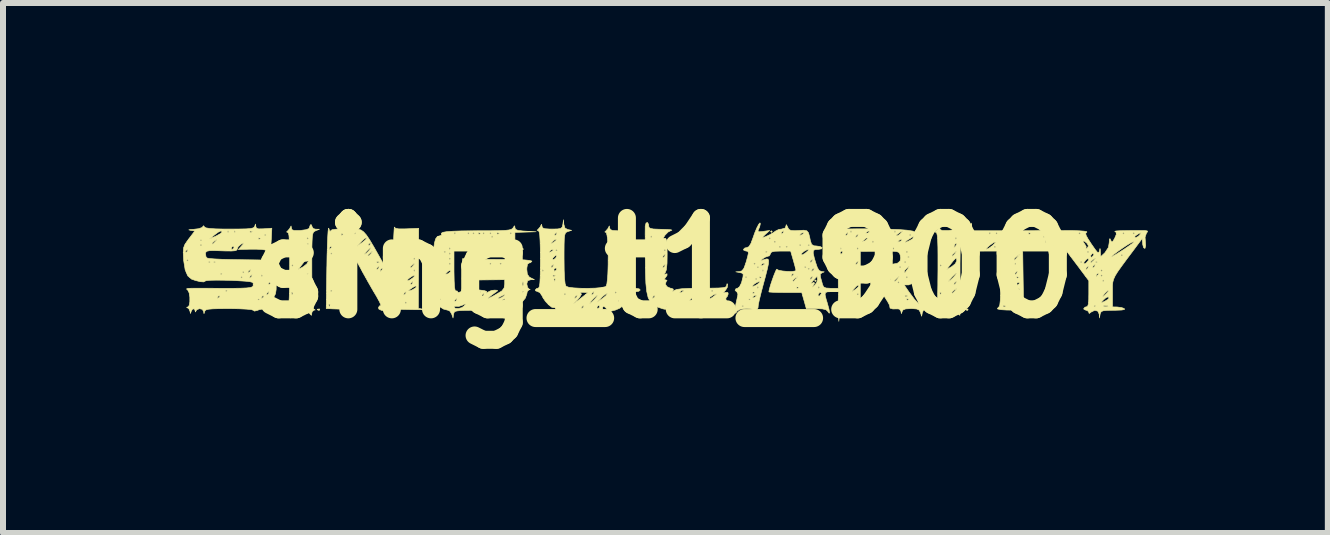
<source format=kicad_pcb>
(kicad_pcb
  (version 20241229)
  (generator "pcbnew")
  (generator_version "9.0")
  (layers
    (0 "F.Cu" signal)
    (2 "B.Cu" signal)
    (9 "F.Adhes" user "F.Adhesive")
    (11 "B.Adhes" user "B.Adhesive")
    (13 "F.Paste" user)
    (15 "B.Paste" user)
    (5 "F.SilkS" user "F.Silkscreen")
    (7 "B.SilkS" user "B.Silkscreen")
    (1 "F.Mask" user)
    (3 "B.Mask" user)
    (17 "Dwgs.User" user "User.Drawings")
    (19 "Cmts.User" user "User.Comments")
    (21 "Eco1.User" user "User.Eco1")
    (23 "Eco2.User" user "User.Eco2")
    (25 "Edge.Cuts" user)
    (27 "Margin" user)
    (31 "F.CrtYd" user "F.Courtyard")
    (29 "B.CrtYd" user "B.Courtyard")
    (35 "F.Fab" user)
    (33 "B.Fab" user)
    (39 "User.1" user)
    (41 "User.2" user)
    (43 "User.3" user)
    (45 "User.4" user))
  (footprint "sing_t1_900"
    (layer "F.Cu")
    (at 8.019 1.418)
    (property "Reference" "sing_t1_900" (at 0 0 0) (layer "F.SilkS") (effects (font (size 1.524 1.524) (thickness 0.3))))
    (attr through_hole)
    (fp_poly (pts (xy 1.806 -0.607) (xy 1.792 -0.593) (xy 1.778 -0.607) (xy 1.792 -0.621) (xy 1.806 -0.607)) (stroke (width 0.01) (type solid)) (fill yes) (layer "F.SilkS"))
    (fp_poly (pts (xy 2.54 0.212) (xy 2.526 0.226) (xy 2.512 0.212) (xy 2.526 0.198) (xy 2.54 0.212)) (stroke (width 0.01) (type solid)) (fill yes) (layer "F.SilkS"))
    (fp_poly (pts (xy -5.739 0.687) (xy -5.742 0.704) (xy -5.757 0.706) (xy -5.781 0.695) (xy -5.776 0.687) (xy -5.743 0.683) (xy -5.739 0.687)) (stroke (width 0.01) (type solid)) (fill yes) (layer "F.SilkS"))
    (fp_poly (pts (xy 5.071 0.687) (xy 5.067 0.704) (xy 5.052 0.706) (xy 5.029 0.695) (xy 5.033 0.687) (xy 5.066 0.683) (xy 5.071 0.687)) (stroke (width 0.01) (type solid)) (fill yes) (layer "F.SilkS"))
    (fp_poly (pts (xy -5.874 -0.718) (xy -5.87 -0.696) (xy -5.846 -0.657) (xy -5.807 -0.647) (xy -5.743 -0.646) (xy -5.807 -0.62) (xy -5.827 -0.61) (xy -5.843 -0.596) (xy -5.854 -0.569) (xy -5.862 -0.522) (xy -5.866 -0.449) (xy -5.869 -0.343) (xy -5.87 -0.195) (xy -5.87 0.001) (xy -5.87 0.039) (xy -5.869 0.257) (xy -5.867 0.424) (xy -5.862 0.546) (xy -5.855 0.626) (xy -5.846 0.672) (xy -5.835 0.687) (xy -5.814 0.7) (xy -5.835 0.703) (xy -5.865 0.729) (xy -5.871 0.755) (xy -5.875 0.789) (xy -5.892 0.777) (xy -5.91 0.755) (xy -5.961 0.72) (xy -6.044 0.693) (xy -6.076 0.688) (xy -6.155 0.679) (xy -6.194 0.687) (xy -6.211 0.718) (xy -6.217 0.751) (xy -6.229 0.833) (xy -6.233 0.757) (xy -6.253 0.693) (xy -6.301 0.669) (xy -6.344 0.66) (xy -6.333 0.655) (xy -6.304 0.653) (xy -6.285 0.65) (xy -6.27 0.64) (xy -6.266 0.63) (xy -6.199 0.63) (xy -6.196 0.647) (xy -6.181 0.649) (xy -6.157 0.639) (xy -6.162 0.63) (xy -6.195 0.627) (xy -6.199 0.63) (xy -6.266 0.63) (xy -6.259 0.615) (xy -6.258 0.607) (xy -5.955 0.607) (xy -5.941 0.621) (xy -5.927 0.607) (xy -5.941 0.593) (xy -5.955 0.607) (xy -6.258 0.607) (xy -6.251 0.569) (xy -6.249 0.533) (xy -5.976 0.533) (xy -5.955 0.519) (xy -5.951 0.516) (xy -5.929 0.479) (xy -5.932 0.465) (xy -5.953 0.473) (xy -5.967 0.5) (xy -5.976 0.533) (xy -6.249 0.533) (xy -6.247 0.494) (xy -6.245 0.423) (xy -6.209 0.423) (xy -6.199 0.447) (xy -6.19 0.442) (xy -6.187 0.413) (xy -6.011 0.413) (xy -5.998 0.421) (xy -5.96 0.385) (xy -5.951 0.374) (xy -5.927 0.341) (xy -5.941 0.348) (xy -5.962 0.363) (xy -6.001 0.398) (xy -6.011 0.413) (xy -6.187 0.413) (xy -6.187 0.409) (xy -6.19 0.405) (xy -6.207 0.408) (xy -6.209 0.423) (xy -6.245 0.423) (xy -6.244 0.384) (xy -6.242 0.28) (xy -5.976 0.28) (xy -5.972 0.282) (xy -5.947 0.262) (xy -5.941 0.254) (xy -5.934 0.228) (xy -5.937 0.226) (xy -5.963 0.246) (xy -5.969 0.254) (xy -5.976 0.28) (xy -6.242 0.28) (xy -6.242 0.231) (xy -6.242 0.225) (xy -6.065 0.225) (xy -6.064 0.226) (xy -6.037 0.207) (xy -5.99 0.162) (xy -5.983 0.155) (xy -5.943 0.109) (xy -5.93 0.085) (xy -5.931 0.085) (xy -5.958 0.103) (xy -6.005 0.148) (xy -6.011 0.155) (xy -6.052 0.202) (xy -6.065 0.225) (xy -6.242 0.225) (xy -6.24 0.029) (xy -6.24 0.028) (xy -6.24 0.026) (xy -6.098 0.026) (xy -6.012 -0.022) (xy -5.954 -0.068) (xy -5.927 -0.116) (xy -5.927 -0.12) (xy -5.93 -0.159) (xy -5.946 -0.161) (xy -5.982 -0.124) (xy -6.023 -0.071) (xy -6.098 0.026) (xy -6.24 0.026) (xy -6.24 -0.042) (xy -6.209 -0.042) (xy -6.195 -0.028) (xy -6.181 -0.042) (xy -6.195 -0.056) (xy -6.209 -0.042) (xy -6.24 -0.042) (xy -6.24 -0.184) (xy -6.24 -0.208) (xy -6.011 -0.208) (xy -5.998 -0.2) (xy -5.96 -0.236) (xy -5.951 -0.247) (xy -5.927 -0.28) (xy -5.941 -0.273) (xy -5.962 -0.258) (xy -6.001 -0.223) (xy -6.011 -0.208) (xy -6.24 -0.208) (xy -6.241 -0.342) (xy -5.976 -0.342) (xy -5.955 -0.356) (xy -5.951 -0.359) (xy -5.929 -0.396) (xy -5.932 -0.41) (xy -5.953 -0.401) (xy -5.967 -0.375) (xy -5.976 -0.342) (xy -6.241 -0.342) (xy -6.241 -0.345) (xy -6.245 -0.462) (xy -6.248 -0.494) (xy -5.955 -0.494) (xy -5.941 -0.48) (xy -5.927 -0.494) (xy -5.941 -0.508) (xy -5.955 -0.494) (xy -6.248 -0.494) (xy -6.251 -0.538) (xy -6.26 -0.58) (xy -6.272 -0.593) (xy -6.272 -0.593) (xy -6.291 -0.601) (xy -6.277 -0.614) (xy -6.239 -0.658) (xy -6.229 -0.677) (xy -6.216 -0.7) (xy -6.211 -0.669) (xy -6.211 -0.669) (xy -6.202 -0.639) (xy -6.168 -0.626) (xy -6.097 -0.625) (xy -6.061 -0.626) (xy -5.97 -0.638) (xy -5.92 -0.656) (xy -5.913 -0.668) (xy -5.896 -0.716) (xy -5.891 -0.722) (xy -5.874 -0.718)) (stroke (width 0.01) (type solid)) (fill yes) (layer "F.SilkS"))
    (fp_poly (pts (xy -0.255 -0.724) (xy -0.254 -0.706) (xy -0.249 -0.677) (xy -0.226 -0.66) (xy -0.174 -0.65) (xy -0.081 -0.646) (xy -0.035 -0.645) (xy 0.059 -0.642) (xy 0.118 -0.637) (xy 0.133 -0.631) (xy 0.127 -0.629) (xy 0.069 -0.599) (xy 0.02 -0.549) (xy -0.009 -0.503) (xy 0.000247 -0.493) (xy 0.01 -0.496) (xy 0.029 -0.494) (xy 0.042 -0.465) (xy 0.049 -0.399) (xy 0.053 -0.289) (xy 0.054 -0.238) (xy 0.052 -0.078) (xy 0.041 0.029) (xy 0.022 0.079) (xy 0.001 0.11) (xy 0.018 0.104) (xy 0.021 0.103) (xy 0.052 0.097) (xy 0.052 0.123) (xy 0.023 0.164) (xy 0.004 0.191) (xy 0.028 0.198) (xy 0.052 0.206) (xy 0.036 0.23) (xy 0.025 0.271) (xy 0.053 0.312) (xy 0.108 0.337) (xy 0.127 0.339) (xy 0.157 0.353) (xy 0.151 0.374) (xy 0.144 0.394) (xy 0.172 0.375) (xy 0.175 0.373) (xy 0.216 0.357) (xy 0.298 0.346) (xy 0.425 0.339) (xy 0.602 0.337) (xy 0.632 0.337) (xy 0.793 0.336) (xy 0.906 0.334) (xy 0.98 0.329) (xy 1.022 0.32) (xy 1.042 0.306) (xy 1.046 0.288) (xy 1.053 0.261) (xy 1.063 0.277) (xy 1.057 0.323) (xy 1.028 0.37) (xy 0.995 0.408) (xy 1.001 0.415) (xy 1.025 0.407) (xy 1.065 0.407) (xy 1.072 0.432) (xy 1.056 0.476) (xy 1.043 0.485) (xy 1.031 0.515) (xy 1.054 0.574) (xy 1.079 0.647) (xy 1.08 0.707) (xy 1.061 0.755) (xy 1.048 0.753) (xy 1.044 0.72) (xy 1.03 0.694) (xy 0.98 0.68) (xy 0.885 0.674) (xy 0.882 0.674) (xy 0.79 0.673) (xy 0.723 0.673) (xy 0.699 0.674) (xy 0.66 0.667) (xy 0.611 0.651) (xy 0.55 0.64) (xy 0.519 0.649) (xy 0.478 0.665) (xy 0.406 0.678) (xy 0.319 0.686) (xy 0.237 0.687) (xy 0.179 0.682) (xy 0.163 0.673) (xy 0.132 0.649) (xy 0.093 0.637) (xy 0.048 0.637) (xy 0.047 0.664) (xy 0.046 0.688) (xy 0.009 0.687) (xy -0.021 0.68) (xy -0.109 0.65) (xy -0.177 0.613) (xy -0.228 0.563) (xy -0.231 0.557) (xy 0.413 0.557) (xy 0.431 0.553) (xy 0.493 0.515) (xy 0.499 0.511) (xy 0.746 0.511) (xy 0.752 0.519) (xy 0.793 0.499) (xy 0.801 0.494) (xy 0.852 0.456) (xy 0.875 0.434) (xy 0.875 0.433) (xy 0.856 0.433) (xy 0.814 0.455) (xy 0.77 0.486) (xy 0.746 0.511) (xy 0.499 0.511) (xy 0.554 0.474) (xy 0.62 0.425) (xy 0.654 0.388) (xy 0.654 0.381) (xy 0.79 0.381) (xy 0.804 0.395) (xy 0.818 0.381) (xy 0.804 0.367) (xy 0.79 0.381) (xy 0.654 0.381) (xy 0.653 0.373) (xy 0.615 0.384) (xy 0.553 0.425) (xy 0.507 0.463) (xy 0.438 0.527) (xy 0.413 0.557) (xy -0.231 0.557) (xy -0.256 0.506) (xy -0.191 0.506) (xy -0.187 0.508) (xy -0.161 0.488) (xy -0.155 0.48) (xy -0.148 0.453) (xy -0.152 0.452) (xy -0.178 0.471) (xy -0.183 0.48) (xy -0.191 0.506) (xy -0.256 0.506) (xy -0.264 0.49) (xy -0.281 0.415) (xy 0.257 0.415) (xy 0.285 0.409) (xy 0.29 0.407) (xy 0.325 0.385) (xy 0.325 0.372) (xy 0.295 0.376) (xy 0.275 0.392) (xy 0.257 0.415) (xy -0.281 0.415) (xy -0.287 0.39) (xy -0.301 0.253) (xy -0.308 0.073) (xy -0.309 -0.002) (xy -0.021 -0.002) (xy -0.017 0) (xy 0.008 -0.02) (xy 0.014 -0.028) (xy 0.021 -0.055) (xy 0.017 -0.056) (xy -0.008 -0.037) (xy -0.014 -0.028) (xy -0.021 -0.002) (xy -0.309 -0.002) (xy -0.31 -0.114) (xy -0.311 -0.171) (xy -0.021 -0.171) (xy -0.017 -0.169) (xy 0.008 -0.189) (xy 0.014 -0.198) (xy 0.021 -0.224) (xy 0.017 -0.226) (xy -0.008 -0.206) (xy -0.014 -0.198) (xy -0.021 -0.171) (xy -0.311 -0.171) (xy -0.311 -0.284) (xy -0.312 -0.296) (xy 0 -0.296) (xy 0.014 -0.282) (xy 0.028 -0.296) (xy 0.014 -0.31) (xy 0 -0.296) (xy -0.312 -0.296) (xy -0.312 -0.438) (xy -0.312 -0.522) (xy -0.226 -0.522) (xy -0.212 -0.508) (xy -0.198 -0.522) (xy -0.212 -0.536) (xy -0.226 -0.522) (xy -0.312 -0.522) (xy -0.313 -0.565) (xy -0.312 -0.656) (xy -0.312 -0.699) (xy -0.298 -0.75) (xy -0.273 -0.759) (xy -0.255 -0.724)) (stroke (width 0.01) (type solid)) (fill yes) (layer "F.SilkS"))
    (fp_poly (pts (xy -2.485 -0.688) (xy -2.484 -0.672) (xy -2.473 -0.644) (xy -2.434 -0.627) (xy -2.354 -0.617) (xy -2.307 -0.614) (xy -2.131 -0.604) (xy -2.484 -0.593) (xy -2.484 -0.451) (xy -2.482 -0.368) (xy -2.472 -0.328) (xy -2.447 -0.32) (xy -2.413 -0.327) (xy -2.358 -0.331) (xy -2.342 -0.314) (xy -2.364 -0.302) (xy -2.431 -0.293) (xy -2.546 -0.287) (xy -2.713 -0.283) (xy -2.921 -0.282) (xy -3.5 -0.282) (xy -3.5 0.058) (xy -3.497 0.214) (xy -3.491 0.321) (xy -3.48 0.375) (xy -3.471 0.381) (xy -3.445 0.384) (xy -3.443 0.394) (xy -3.427 0.411) (xy -3.389 0.396) (xy -3.333 0.379) (xy -3.251 0.369) (xy -3.157 0.366) (xy -3.066 0.368) (xy -2.994 0.377) (xy -2.954 0.391) (xy -2.952 0.402) (xy -2.96 0.423) (xy -2.935 0.404) (xy -2.934 0.402) (xy -2.877 0.375) (xy -2.824 0.369) (xy -2.775 0.372) (xy -2.778 0.386) (xy -2.804 0.404) (xy -2.867 0.449) (xy -2.917 0.489) (xy -2.935 0.51) (xy -2.92 0.504) (xy -2.765 0.504) (xy -2.748 0.508) (xy -2.706 0.492) (xy -2.665 0.464) (xy -2.639 0.442) (xy -2.442 0.442) (xy -2.43 0.451) (xy -2.386 0.433) (xy -2.371 0.424) (xy -2.343 0.396) (xy -2.343 0.385) (xy -2.373 0.389) (xy -2.411 0.412) (xy -2.442 0.442) (xy -2.639 0.442) (xy -2.631 0.435) (xy -2.64 0.435) (xy -2.681 0.454) (xy -2.747 0.488) (xy -2.765 0.504) (xy -2.92 0.504) (xy -2.906 0.499) (xy -2.831 0.459) (xy -2.711 0.388) (xy -2.702 0.383) (xy -2.664 0.332) (xy -2.659 0.304) (xy -2.381 0.304) (xy -2.37 0.31) (xy -2.346 0.288) (xy -2.342 0.268) (xy -2.348 0.23) (xy -2.354 0.226) (xy -2.372 0.248) (xy -2.381 0.268) (xy -2.381 0.304) (xy -2.659 0.304) (xy -2.653 0.274) (xy -2.653 0.195) (xy -3.013 0.199) (xy -3.147 0.2) (xy -3.257 0.198) (xy -3.334 0.194) (xy -3.365 0.188) (xy -3.365 0.187) (xy -3.362 0.151) (xy -3.359 0.077) (xy -3.358 0.007) (xy -3.358 -0.071) (xy -2.907 -0.071) (xy -2.893 -0.056) (xy -2.879 -0.071) (xy -2.738 -0.071) (xy -2.723 -0.056) (xy -2.709 -0.071) (xy -2.723 -0.085) (xy -2.738 -0.071) (xy -2.879 -0.071) (xy -2.893 -0.085) (xy -2.907 -0.071) (xy -3.358 -0.071) (xy -3.358 -0.155) (xy -3.21 -0.15) (xy -3.128 -0.148) (xy -3.005 -0.146) (xy -2.854 -0.144) (xy -2.691 -0.143) (xy -2.632 -0.143) (xy -2.458 -0.14) (xy -2.326 -0.135) (xy -2.239 -0.126) (xy -2.202 -0.115) (xy -2.201 -0.113) (xy -2.224 -0.088) (xy -2.244 -0.085) (xy -2.274 -0.065) (xy -2.285 -0.002) (xy -2.286 0.024) (xy -2.277 0.104) (xy -2.246 0.149) (xy -2.223 0.163) (xy -2.159 0.194) (xy -2.223 0.196) (xy -2.272 0.212) (xy -2.286 0.266) (xy -2.273 0.324) (xy -2.251 0.348) (xy -2.23 0.361) (xy -2.251 0.365) (xy -2.278 0.391) (xy -2.286 0.434) (xy -2.311 0.503) (xy -2.38 0.586) (xy -2.399 0.603) (xy -2.512 0.706) (xy -3.004 0.706) (xy -3.181 0.706) (xy -3.31 0.707) (xy -3.398 0.71) (xy -3.454 0.717) (xy -3.485 0.727) (xy -3.499 0.743) (xy -3.505 0.764) (xy -3.506 0.769) (xy -3.516 0.833) (xy -3.538 0.769) (xy -3.568 0.72) (xy -3.595 0.706) (xy -3.675 0.685) (xy -3.73 0.65) (xy -3.5 0.65) (xy -3.478 0.673) (xy -3.426 0.676) (xy -3.368 0.66) (xy -3.327 0.63) (xy -3.327 0.63) (xy -3.067 0.63) (xy -3.063 0.647) (xy -3.048 0.649) (xy -3.025 0.639) (xy -3.029 0.63) (xy -3.063 0.627) (xy -3.067 0.63) (xy -3.327 0.63) (xy -3.319 0.621) (xy -2.521 0.621) (xy -2.519 0.621) (xy -2.478 0.604) (xy -2.423 0.565) (xy -2.382 0.524) (xy -2.382 0.51) (xy -2.415 0.523) (xy -2.473 0.562) (xy -2.476 0.564) (xy -2.516 0.602) (xy -2.521 0.621) (xy -3.319 0.621) (xy -3.304 0.599) (xy -3.32 0.601) (xy -3.354 0.618) (xy -3.418 0.64) (xy -3.459 0.638) (xy -3.494 0.639) (xy -3.5 0.65) (xy -3.73 0.65) (xy -3.758 0.633) (xy -3.815 0.568) (xy -3.816 0.567) (xy -3.817 0.563) (xy -3.493 0.563) (xy -3.489 0.564) (xy -3.478 0.556) (xy -3.187 0.556) (xy -3.177 0.564) (xy -3.169 0.564) (xy -3.153 0.556) (xy -2.706 0.556) (xy -2.678 0.551) (xy -2.673 0.549) (xy -2.638 0.526) (xy -2.638 0.513) (xy -2.668 0.517) (xy -2.689 0.533) (xy -2.706 0.556) (xy -3.153 0.556) (xy -3.13 0.544) (xy -3.101 0.515) (xy -3.077 0.482) (xy -3.09 0.487) (xy -3.119 0.507) (xy -3.166 0.542) (xy -3.187 0.556) (xy -3.478 0.556) (xy -3.463 0.545) (xy -3.458 0.537) (xy -3.288 0.537) (xy -3.18 0.478) (xy -3.041 0.478) (xy -3.037 0.48) (xy -3.011 0.46) (xy -3.006 0.452) (xy -2.998 0.425) (xy -3.002 0.423) (xy -3.028 0.443) (xy -3.034 0.452) (xy -3.041 0.478) (xy -3.18 0.478) (xy -3.175 0.475) (xy -3.105 0.436) (xy -3.059 0.409) (xy -3.05 0.404) (xy -3.062 0.396) (xy -3.079 0.395) (xy -3.125 0.412) (xy -3.189 0.455) (xy -3.203 0.466) (xy -3.288 0.537) (xy -3.458 0.537) (xy -3.457 0.536) (xy -3.45 0.51) (xy -3.454 0.508) (xy -3.48 0.528) (xy -3.485 0.536) (xy -3.493 0.563) (xy -3.817 0.563) (xy -3.829 0.522) (xy -3.754 0.522) (xy -3.739 0.536) (xy -3.725 0.522) (xy -3.739 0.508) (xy -3.754 0.522) (xy -3.829 0.522) (xy -3.832 0.514) (xy -3.842 0.42) (xy -3.849 0.28) (xy -3.85 0.101) (xy -3.641 0.101) (xy -3.619 0.102) (xy -3.598 0.095) (xy -3.561 0.065) (xy -3.556 0.05) (xy -3.573 0.041) (xy -3.598 0.056) (xy -3.633 0.09) (xy -3.641 0.101) (xy -3.85 0.101) (xy -3.85 0.09) (xy -3.85 0.045) (xy -3.849 -0.071) (xy -3.584 -0.071) (xy -3.57 -0.056) (xy -3.556 -0.071) (xy -3.57 -0.085) (xy -3.584 -0.071) (xy -3.849 -0.071) (xy -3.847 -0.155) (xy -3.584 -0.155) (xy -3.57 -0.141) (xy -3.556 -0.155) (xy -3.57 -0.169) (xy -3.584 -0.155) (xy -3.847 -0.155) (xy -3.847 -0.157) (xy -3.843 -0.24) (xy -3.584 -0.24) (xy -3.57 -0.226) (xy -3.556 -0.24) (xy -3.57 -0.254) (xy -3.584 -0.24) (xy -3.843 -0.24) (xy -3.842 -0.268) (xy -3.669 -0.268) (xy -3.655 -0.254) (xy -3.641 -0.268) (xy -3.655 -0.282) (xy -3.669 -0.268) (xy -3.842 -0.268) (xy -3.84 -0.309) (xy -3.838 -0.325) (xy -3.584 -0.325) (xy -3.57 -0.31) (xy -3.556 -0.325) (xy -3.565 -0.334) (xy -2.952 -0.334) (xy -2.937 -0.319) (xy -2.883 -0.311) (xy -2.866 -0.31) (xy -2.8 -0.313) (xy -2.767 -0.32) (xy -2.766 -0.321) (xy -2.79 -0.335) (xy -2.845 -0.344) (xy -2.906 -0.345) (xy -2.947 -0.338) (xy -2.952 -0.334) (xy -3.565 -0.334) (xy -3.57 -0.339) (xy -3.584 -0.325) (xy -3.838 -0.325) (xy -3.826 -0.416) (xy -3.806 -0.486) (xy -3.779 -0.522) (xy -2.879 -0.522) (xy -2.865 -0.508) (xy -2.85 -0.522) (xy -2.865 -0.536) (xy -2.879 -0.522) (xy -3.779 -0.522) (xy -3.778 -0.524) (xy -3.74 -0.536) (xy -3.737 -0.536) (xy -3.707 -0.549) (xy -3.709 -0.561) (xy -3.71 -0.579) (xy -3.5 -0.579) (xy -3.485 -0.564) (xy -3.471 -0.579) (xy -3.274 -0.579) (xy -3.26 -0.564) (xy -3.246 -0.579) (xy -3.189 -0.579) (xy -3.175 -0.564) (xy -3.161 -0.579) (xy -3.166 -0.583) (xy -3.095 -0.583) (xy -3.091 -0.566) (xy -3.076 -0.564) (xy -3.053 -0.575) (xy -3.055 -0.579) (xy -3.02 -0.579) (xy -3.006 -0.564) (xy -2.992 -0.579) (xy -2.907 -0.579) (xy -2.893 -0.564) (xy -2.879 -0.579) (xy -2.883 -0.583) (xy -2.785 -0.583) (xy -2.781 -0.566) (xy -2.766 -0.564) (xy -2.743 -0.575) (xy -2.745 -0.579) (xy -2.568 -0.579) (xy -2.554 -0.564) (xy -2.54 -0.579) (xy -2.554 -0.593) (xy -2.568 -0.579) (xy -2.745 -0.579) (xy -2.747 -0.583) (xy -2.78 -0.587) (xy -2.785 -0.583) (xy -2.883 -0.583) (xy -2.893 -0.593) (xy -2.907 -0.579) (xy -2.992 -0.579) (xy -3.006 -0.593) (xy -3.02 -0.579) (xy -3.055 -0.579) (xy -3.057 -0.583) (xy -3.091 -0.587) (xy -3.095 -0.583) (xy -3.166 -0.583) (xy -3.175 -0.593) (xy -3.189 -0.579) (xy -3.246 -0.579) (xy -3.26 -0.593) (xy -3.274 -0.579) (xy -3.471 -0.579) (xy -3.485 -0.593) (xy -3.5 -0.579) (xy -3.71 -0.579) (xy -3.71 -0.58) (xy -3.682 -0.595) (xy -3.62 -0.606) (xy -3.519 -0.613) (xy -3.374 -0.618) (xy -3.181 -0.62) (xy -3.071 -0.621) (xy -2.884 -0.621) (xy -2.746 -0.623) (xy -2.648 -0.627) (xy -2.584 -0.634) (xy -2.545 -0.644) (xy -2.523 -0.659) (xy -2.514 -0.67) (xy -2.492 -0.704) (xy -2.485 -0.688)) (stroke (width 0.01) (type solid)) (fill yes) (layer "F.SilkS"))
    (fp_poly (pts (xy -5.252 -0.684) (xy -5.224 -0.66) (xy -5.15 -0.649) (xy -5.138 -0.649) (xy -5.09 -0.646) (xy -5.048 -0.632) (xy -5.006 -0.602) (xy -4.96 -0.55) (xy -4.905 -0.468) (xy -4.836 -0.352) (xy -4.747 -0.195) (xy -4.697 -0.105) (xy -4.53 0.2) (xy -4.524 0.042) (xy -4.177 0.042) (xy -4.163 0.056) (xy -4.149 0.042) (xy -4.163 0.028) (xy -4.177 0.042) (xy -4.524 0.042) (xy -4.522 -0.019) (xy -4.228 -0.019) (xy -4.228 -0.000463) (xy -4.223 0) (xy -4.199 -0.019) (xy -4.173 -0.049) (xy -4.149 -0.083) (xy -4.163 -0.076) (xy -4.184 -0.06) (xy -4.228 -0.019) (xy -4.522 -0.019) (xy -4.518 -0.155) (xy -4.177 -0.155) (xy -4.163 -0.141) (xy -4.149 -0.155) (xy -4.163 -0.169) (xy -4.177 -0.155) (xy -4.518 -0.155) (xy -4.515 -0.24) (xy -4.459 -0.24) (xy -4.445 -0.226) (xy -4.431 -0.24) (xy -4.177 -0.24) (xy -4.163 -0.226) (xy -4.149 -0.24) (xy -4.163 -0.254) (xy -4.177 -0.24) (xy -4.431 -0.24) (xy -4.445 -0.254) (xy -4.459 -0.24) (xy -4.515 -0.24) (xy -4.514 -0.26) (xy -4.512 -0.325) (xy -4.177 -0.325) (xy -4.163 -0.31) (xy -4.149 -0.325) (xy -4.163 -0.339) (xy -4.177 -0.325) (xy -4.512 -0.325) (xy -4.512 -0.341) (xy -4.452 -0.341) (xy -4.448 -0.339) (xy -4.423 -0.359) (xy -4.417 -0.367) (xy -4.41 -0.393) (xy -4.413 -0.395) (xy -4.439 -0.375) (xy -4.445 -0.367) (xy -4.452 -0.341) (xy -4.512 -0.341) (xy -4.509 -0.409) (xy -4.177 -0.409) (xy -4.163 -0.395) (xy -4.149 -0.409) (xy -4.163 -0.423) (xy -4.177 -0.409) (xy -4.509 -0.409) (xy -4.509 -0.41) (xy -4.504 -0.536) (xy -4.499 -0.627) (xy -4.495 -0.677) (xy -4.493 -0.682) (xy -4.475 -0.662) (xy -4.421 -0.652) (xy -4.323 -0.652) (xy -4.288 -0.653) (xy -4.088 -0.662) (xy -4.091 0.005) (xy -4.094 0.673) (xy -4.016 0.687) (xy -4.01 0.692) (xy -4.053 0.695) (xy -4.137 0.695) (xy -4.254 0.693) (xy -4.255 0.693) (xy -4.398 0.69) (xy -4.495 0.692) (xy -4.554 0.7) (xy -4.587 0.714) (xy -4.597 0.727) (xy -4.624 0.752) (xy -4.64 0.737) (xy -4.683 0.71) (xy -4.71 0.706) (xy -4.752 0.685) (xy -4.76 0.662) (xy -4.742 0.631) (xy -4.724 0.632) (xy -4.719 0.618) (xy -4.736 0.579) (xy -4.318 0.579) (xy -4.304 0.593) (xy -4.29 0.579) (xy -4.304 0.564) (xy -4.318 0.579) (xy -4.736 0.579) (xy -4.741 0.566) (xy -4.765 0.522) (xy -4.657 0.522) (xy -4.643 0.536) (xy -4.628 0.522) (xy -4.643 0.508) (xy -4.657 0.522) (xy -4.765 0.522) (xy -4.784 0.488) (xy -4.793 0.471) (xy -4.806 0.45) (xy -4.339 0.45) (xy -4.335 0.452) (xy -4.31 0.432) (xy -4.304 0.423) (xy -4.297 0.397) (xy -4.301 0.395) (xy -4.326 0.415) (xy -4.332 0.423) (xy -4.339 0.45) (xy -4.806 0.45) (xy -4.845 0.384) (xy -4.262 0.384) (xy -4.24 0.381) (xy -4.191 0.362) (xy -4.139 0.33) (xy -4.12 0.305) (xy -4.14 0.301) (xy -4.188 0.325) (xy -4.191 0.327) (xy -4.241 0.363) (xy -4.262 0.384) (xy -4.845 0.384) (xy -4.857 0.364) (xy -4.876 0.331) (xy -4.569 0.331) (xy -4.541 0.325) (xy -4.536 0.323) (xy -4.501 0.3) (xy -4.501 0.288) (xy -4.531 0.291) (xy -4.551 0.307) (xy -4.569 0.331) (xy -4.876 0.331) (xy -4.905 0.28) (xy -4.226 0.28) (xy -4.223 0.282) (xy -4.197 0.262) (xy -4.191 0.254) (xy -4.184 0.228) (xy -4.188 0.226) (xy -4.213 0.246) (xy -4.219 0.254) (xy -4.226 0.28) (xy -4.905 0.28) (xy -4.934 0.23) (xy -4.941 0.217) (xy -4.279 0.217) (xy -4.239 0.2) (xy -4.238 0.2) (xy -4.184 0.163) (xy -4.161 0.138) (xy -4.16 0.122) (xy -4.2 0.138) (xy -4.2 0.138) (xy -4.254 0.176) (xy -4.278 0.201) (xy -4.279 0.217) (xy -4.941 0.217) (xy -4.975 0.155) (xy -4.657 0.155) (xy -4.643 0.169) (xy -4.628 0.155) (xy -4.643 0.141) (xy -4.657 0.155) (xy -4.975 0.155) (xy -5.01 0.094) (xy -5.031 0.055) (xy -4.734 0.055) (xy -4.731 0.056) (xy -4.705 0.037) (xy -4.699 0.028) (xy -4.692 0.002) (xy -4.696 0) (xy -4.721 0.02) (xy -4.727 0.028) (xy -4.734 0.055) (xy -5.031 0.055) (xy -5.032 0.053) (xy -5.046 0.026) (xy -4.791 0.026) (xy -4.787 0.028) (xy -4.761 0.008) (xy -4.755 0) (xy -4.748 -0.026) (xy -4.752 -0.028) (xy -4.778 -0.008) (xy -4.784 0) (xy -4.791 0.026) (xy -5.046 0.026) (xy -5.106 -0.083) (xy -5.119 -0.103) (xy -4.788 -0.103) (xy -4.784 -0.087) (xy -4.77 -0.085) (xy -4.746 -0.095) (xy -4.751 -0.103) (xy -4.784 -0.107) (xy -4.788 -0.103) (xy -5.119 -0.103) (xy -5.162 -0.174) (xy -5.19 -0.208) (xy -4.939 -0.208) (xy -4.925 -0.2) (xy -4.888 -0.236) (xy -4.879 -0.247) (xy -4.854 -0.28) (xy -4.869 -0.273) (xy -4.889 -0.258) (xy -4.929 -0.223) (xy -4.939 -0.208) (xy -5.19 -0.208) (xy -5.2 -0.22) (xy -5.226 -0.217) (xy -5.24 -0.165) (xy -5.247 -0.061) (xy -5.249 0.096) (xy -5.249 0.194) (xy -5.249 0.364) (xy -5.248 0.485) (xy -5.244 0.566) (xy -5.237 0.615) (xy -5.225 0.64) (xy -5.208 0.649) (xy -5.186 0.651) (xy -5.142 0.654) (xy -5.153 0.663) (xy -5.179 0.673) (xy -5.244 0.685) (xy -5.331 0.689) (xy -5.348 0.688) (xy -5.447 0.684) (xy -5.537 0.681) (xy -5.546 0.68) (xy -5.63 0.677) (xy -5.629 0.621) (xy -5.588 0.621) (xy -5.578 0.644) (xy -5.569 0.64) (xy -5.566 0.606) (xy -5.569 0.602) (xy -5.586 0.606) (xy -5.588 0.621) (xy -5.629 0.621) (xy -5.628 0.522) (xy -5.306 0.522) (xy -5.292 0.536) (xy -5.278 0.522) (xy -5.292 0.508) (xy -5.306 0.522) (xy -5.628 0.522) (xy -5.626 0.423) (xy -5.334 0.423) (xy -5.324 0.451) (xy -5.322 0.452) (xy -5.297 0.432) (xy -5.292 0.423) (xy -5.294 0.397) (xy -5.304 0.395) (xy -5.333 0.416) (xy -5.334 0.423) (xy -5.626 0.423) (xy -5.626 0.381) (xy -5.56 0.381) (xy -5.546 0.395) (xy -5.532 0.381) (xy -5.546 0.367) (xy -5.56 0.381) (xy -5.626 0.381) (xy -5.623 0.183) (xy -5.334 0.183) (xy -5.32 0.198) (xy -5.306 0.183) (xy -5.32 0.169) (xy -5.334 0.183) (xy -5.623 0.183) (xy -5.62 -0.014) (xy -5.334 -0.014) (xy -5.32 0) (xy -5.306 -0.014) (xy -5.32 -0.028) (xy -5.334 -0.014) (xy -5.62 -0.014) (xy -5.619 -0.035) (xy -5.617 -0.183) (xy -5.334 -0.183) (xy -5.32 -0.169) (xy -5.306 -0.183) (xy -5.32 -0.198) (xy -5.334 -0.183) (xy -5.617 -0.183) (xy -5.616 -0.225) (xy -5.615 -0.24) (xy -5.56 -0.24) (xy -5.546 -0.226) (xy -4.99 -0.226) (xy -4.963 -0.244) (xy -4.925 -0.282) (xy -4.892 -0.323) (xy -4.888 -0.339) (xy -4.915 -0.32) (xy -4.953 -0.282) (xy -4.986 -0.241) (xy -4.99 -0.226) (xy -5.546 -0.226) (xy -5.532 -0.24) (xy -5.546 -0.254) (xy -5.56 -0.24) (xy -5.615 -0.24) (xy -5.614 -0.268) (xy -5.306 -0.268) (xy -5.292 -0.254) (xy -5.278 -0.268) (xy -5.292 -0.282) (xy -5.306 -0.268) (xy -5.614 -0.268) (xy -5.613 -0.312) (xy -5.581 -0.312) (xy -5.577 -0.31) (xy -5.559 -0.325) (xy -5.221 -0.325) (xy -5.207 -0.31) (xy -5.193 -0.325) (xy -5.207 -0.339) (xy -5.221 -0.325) (xy -5.559 -0.325) (xy -5.551 -0.33) (xy -5.546 -0.339) (xy -5.54 -0.359) (xy -5.122 -0.359) (xy -5.109 -0.369) (xy -4.932 -0.369) (xy -4.928 -0.367) (xy -4.902 -0.387) (xy -4.897 -0.395) (xy -4.889 -0.421) (xy -4.893 -0.423) (xy -4.919 -0.403) (xy -4.925 -0.395) (xy -4.932 -0.369) (xy -5.109 -0.369) (xy -5.031 -0.425) (xy -4.977 -0.469) (xy -4.953 -0.5) (xy -4.954 -0.504) (xy -4.981 -0.496) (xy -5.029 -0.456) (xy -5.046 -0.439) (xy -5.122 -0.359) (xy -5.54 -0.359) (xy -5.538 -0.365) (xy -5.542 -0.367) (xy -5.568 -0.347) (xy -5.574 -0.339) (xy -5.581 -0.312) (xy -5.613 -0.312) (xy -5.611 -0.389) (xy -5.605 -0.521) (xy -5.604 -0.538) (xy -5.384 -0.538) (xy -5.38 -0.536) (xy -5.354 -0.556) (xy -5.348 -0.564) (xy -5.344 -0.579) (xy -5.249 -0.579) (xy -5.235 -0.564) (xy -5.221 -0.579) (xy -5.165 -0.579) (xy -5.151 -0.564) (xy -5.136 -0.579) (xy -5.151 -0.593) (xy -5.165 -0.579) (xy -5.221 -0.579) (xy -5.235 -0.593) (xy -5.249 -0.579) (xy -5.344 -0.579) (xy -5.341 -0.591) (xy -5.345 -0.593) (xy -5.371 -0.573) (xy -5.376 -0.564) (xy -5.384 -0.538) (xy -5.604 -0.538) (xy -5.599 -0.614) (xy -5.593 -0.663) (xy -5.588 -0.663) (xy -5.572 -0.615) (xy -5.564 -0.611) (xy -5.563 -0.614) (xy -5.533 -0.638) (xy -5.452 -0.649) (xy -5.421 -0.649) (xy -5.328 -0.656) (xy -5.275 -0.675) (xy -5.268 -0.684) (xy -5.255 -0.705) (xy -5.252 -0.684)) (stroke (width 0.01) (type solid)) (fill yes) (layer "F.SilkS"))
    (fp_poly (pts (xy -6.806 -0.71) (xy -6.805 -0.696) (xy -6.794 -0.665) (xy -6.758 -0.652) (xy -6.683 -0.653) (xy -6.669 -0.654) (xy -6.537 -0.663) (xy -6.545 -0.494) (xy -6.552 -0.384) (xy -6.563 -0.32) (xy -6.585 -0.293) (xy -6.62 -0.293) (xy -6.641 -0.299) (xy -6.699 -0.308) (xy -6.793 -0.313) (xy -6.898 -0.313) (xy -7.095 -0.308) (xy -7.04 -0.37) (xy -7.003 -0.412) (xy -7.006 -0.419) (xy -7.048 -0.398) (xy -7.097 -0.357) (xy -7.112 -0.321) (xy -7.12 -0.3) (xy -7.149 -0.288) (xy -7.211 -0.283) (xy -7.314 -0.284) (xy -7.372 -0.286) (xy -7.495 -0.29) (xy -7.573 -0.289) (xy -7.617 -0.28) (xy -7.637 -0.263) (xy -7.643 -0.243) (xy -7.635 -0.188) (xy -7.616 -0.166) (xy -7.577 -0.158) (xy -7.491 -0.151) (xy -7.367 -0.145) (xy -7.216 -0.141) (xy -7.046 -0.138) (xy -7.041 -0.138) (xy -6.879 -0.136) (xy -6.741 -0.134) (xy -6.636 -0.13) (xy -6.571 -0.126) (xy -6.554 -0.122) (xy -6.555 -0.122) (xy -6.584 -0.109) (xy -6.58 -0.083) (xy -6.541 -0.032) (xy -6.534 -0.024) (xy -6.495 0.031) (xy -6.473 0.092) (xy -6.464 0.176) (xy -6.463 0.254) (xy -6.465 0.36) (xy -6.476 0.43) (xy -6.502 0.482) (xy -6.549 0.538) (xy -6.557 0.547) (xy -6.65 0.646) (xy -6.55 0.657) (xy -6.499 0.664) (xy -6.497 0.668) (xy -6.548 0.671) (xy -6.585 0.673) (xy -6.677 0.681) (xy -6.753 0.697) (xy -6.773 0.706) (xy -6.827 0.719) (xy -6.844 0.706) (xy -6.878 0.694) (xy -6.961 0.686) (xy -7.084 0.68) (xy -7.238 0.677) (xy -7.253 0.677) (xy -7.41 0.678) (xy -7.519 0.681) (xy -7.59 0.687) (xy -7.631 0.697) (xy -7.651 0.712) (xy -7.657 0.727) (xy -7.668 0.762) (xy -7.672 0.741) (xy -7.673 0.727) (xy -7.697 0.689) (xy -7.745 0.678) (xy -7.789 0.697) (xy -7.799 0.713) (xy -7.812 0.733) (xy -7.815 0.713) (xy -7.832 0.68) (xy -7.862 0.688) (xy -7.883 0.727) (xy -7.893 0.759) (xy -7.898 0.738) (xy -7.899 0.729) (xy -7.92 0.68) (xy -7.938 0.668) (xy -7.958 0.655) (xy -7.938 0.651) (xy -7.915 0.625) (xy -7.904 0.564) (xy -7.904 0.522) (xy -6.773 0.522) (xy -6.759 0.536) (xy -6.745 0.522) (xy -6.759 0.508) (xy -6.773 0.522) (xy -7.904 0.522) (xy -7.904 0.506) (xy -7.444 0.506) (xy -7.44 0.508) (xy -7.438 0.506) (xy -6.71 0.506) (xy -6.706 0.508) (xy -6.68 0.488) (xy -6.675 0.48) (xy -6.667 0.453) (xy -6.671 0.452) (xy -6.697 0.471) (xy -6.703 0.48) (xy -6.71 0.506) (xy -7.438 0.506) (xy -7.414 0.488) (xy -7.408 0.48) (xy -7.401 0.453) (xy -7.405 0.452) (xy -7.431 0.471) (xy -7.437 0.48) (xy -7.444 0.506) (xy -7.904 0.506) (xy -7.904 0.488) (xy -7.91 0.45) (xy -6.625 0.45) (xy -6.621 0.452) (xy -6.596 0.432) (xy -6.59 0.423) (xy -6.583 0.397) (xy -6.587 0.395) (xy -6.612 0.415) (xy -6.618 0.423) (xy -6.625 0.45) (xy -7.91 0.45) (xy -7.915 0.417) (xy -7.932 0.381) (xy -7.31 0.381) (xy -7.295 0.395) (xy -7.281 0.381) (xy -7.295 0.367) (xy -7.31 0.381) (xy -7.932 0.381) (xy -7.936 0.373) (xy -7.95 0.36) (xy -7.958 0.351) (xy -7.954 0.345) (xy -7.933 0.34) (xy -7.886 0.338) (xy -7.807 0.337) (xy -7.69 0.337) (xy -7.528 0.338) (xy -7.376 0.339) (xy -7.191 0.339) (xy -7.054 0.337) (xy -6.959 0.333) (xy -6.898 0.326) (xy -6.864 0.315) (xy -6.849 0.3) (xy -6.849 0.298) (xy -6.848 0.28) (xy -6.597 0.28) (xy -6.593 0.282) (xy -6.567 0.262) (xy -6.562 0.254) (xy -6.554 0.228) (xy -6.558 0.226) (xy -6.584 0.246) (xy -6.59 0.254) (xy -6.597 0.28) (xy -6.848 0.28) (xy -6.848 0.253) (xy -6.858 0.24) (xy -6.9 0.229) (xy -6.982 0.22) (xy -7.092 0.213) (xy -7.114 0.212) (xy -6.519 0.212) (xy -6.505 0.226) (xy -6.491 0.212) (xy -6.505 0.198) (xy -6.519 0.212) (xy -7.114 0.212) (xy -7.217 0.207) (xy -7.346 0.204) (xy -7.465 0.203) (xy -7.564 0.205) (xy -7.628 0.211) (xy -7.648 0.218) (xy -7.672 0.232) (xy -7.732 0.228) (xy -7.812 0.208) (xy -7.875 0.186) (xy -7.911 0.155) (xy -7.056 0.155) (xy -7.041 0.169) (xy -7.04 0.167) (xy -6.908 0.167) (xy -6.904 0.169) (xy -6.885 0.155) (xy -6.519 0.155) (xy -6.505 0.169) (xy -6.491 0.155) (xy -6.505 0.141) (xy -6.519 0.155) (xy -6.885 0.155) (xy -6.878 0.149) (xy -6.872 0.141) (xy -6.868 0.127) (xy -6.717 0.127) (xy -6.703 0.141) (xy -6.689 0.127) (xy -6.703 0.113) (xy -6.717 0.127) (xy -6.868 0.127) (xy -6.865 0.115) (xy -6.869 0.113) (xy -6.895 0.133) (xy -6.9 0.141) (xy -6.908 0.167) (xy -7.04 0.167) (xy -7.027 0.155) (xy -7.041 0.141) (xy -7.056 0.155) (xy -7.911 0.155) (xy -7.938 0.132) (xy -7.953 0.099) (xy -7.394 0.099) (xy -7.38 0.113) (xy -7.366 0.099) (xy -7.38 0.085) (xy -7.394 0.099) (xy -7.953 0.099) (xy -7.965 0.071) (xy -7.027 0.071) (xy -7.013 0.085) (xy -7.011 0.083) (xy -6.936 0.083) (xy -6.932 0.085) (xy -6.922 0.077) (xy -6.629 0.077) (xy -6.601 0.071) (xy -6.596 0.069) (xy -6.561 0.046) (xy -6.561 0.034) (xy -6.591 0.037) (xy -6.612 0.053) (xy -6.629 0.077) (xy -6.922 0.077) (xy -6.906 0.065) (xy -6.9 0.056) (xy -6.893 0.03) (xy -6.897 0.028) (xy -6.923 0.048) (xy -6.929 0.056) (xy -6.936 0.083) (xy -7.011 0.083) (xy -6.999 0.071) (xy -7.013 0.056) (xy -7.027 0.071) (xy -7.965 0.071) (xy -7.982 0.031) (xy -7.989 -0.014) (xy -6.604 -0.014) (xy -6.59 0) (xy -6.576 -0.014) (xy -6.59 -0.028) (xy -6.604 -0.014) (xy -7.989 -0.014) (xy -8.003 -0.099) (xy -7.592 -0.099) (xy -7.578 -0.085) (xy -7.564 -0.099) (xy -7.507 -0.099) (xy -7.493 -0.085) (xy -7.479 -0.099) (xy -7.493 -0.113) (xy -7.507 -0.099) (xy -7.564 -0.099) (xy -7.578 -0.113) (xy -7.592 -0.099) (xy -8.003 -0.099) (xy -8.006 -0.121) (xy -8.007 -0.127) (xy -7.959 -0.127) (xy -7.945 -0.113) (xy -7.93 -0.127) (xy -7.945 -0.141) (xy -7.959 -0.127) (xy -8.007 -0.127) (xy -8.009 -0.156) (xy -8.014 -0.256) (xy -7.98 -0.256) (xy -7.976 -0.254) (xy -7.95 -0.274) (xy -7.945 -0.282) (xy -7.937 -0.309) (xy -7.941 -0.31) (xy -7.967 -0.291) (xy -7.973 -0.282) (xy -7.98 -0.256) (xy -8.014 -0.256) (xy -8.014 -0.262) (xy -8.009 -0.333) (xy -8.007 -0.339) (xy -7.211 -0.339) (xy -7.209 -0.313) (xy -7.198 -0.31) (xy -7.17 -0.331) (xy -7.168 -0.339) (xy -7.178 -0.366) (xy -7.181 -0.367) (xy -7.205 -0.347) (xy -7.211 -0.339) (xy -8.007 -0.339) (xy -7.991 -0.381) (xy -7.733 -0.381) (xy -7.719 -0.367) (xy -7.705 -0.381) (xy -7.719 -0.395) (xy -7.733 -0.381) (xy -7.991 -0.381) (xy -7.988 -0.39) (xy -7.977 -0.406) (xy -7.535 -0.406) (xy -7.522 -0.397) (xy -7.484 -0.434) (xy -7.475 -0.445) (xy -7.451 -0.478) (xy -7.465 -0.471) (xy -7.486 -0.455) (xy -7.525 -0.42) (xy -7.535 -0.406) (xy -7.977 -0.406) (xy -7.946 -0.453) (xy -7.936 -0.466) (xy -7.733 -0.466) (xy -7.719 -0.452) (xy -7.705 -0.466) (xy -7.719 -0.48) (xy -7.733 -0.466) (xy -7.936 -0.466) (xy -7.924 -0.482) (xy -7.578 -0.482) (xy -7.542 -0.499) (xy -6.764 -0.499) (xy -6.76 -0.482) (xy -6.745 -0.48) (xy -6.722 -0.49) (xy -6.726 -0.499) (xy -6.76 -0.502) (xy -6.764 -0.499) (xy -7.542 -0.499) (xy -7.473 -0.53) (xy -7.435 -0.55) (xy -6.66 -0.55) (xy -6.646 -0.536) (xy -6.632 -0.55) (xy -6.646 -0.564) (xy -6.66 -0.55) (xy -7.435 -0.55) (xy -7.407 -0.565) (xy -7.37 -0.594) (xy -7.367 -0.6) (xy -7.372 -0.607) (xy -7.281 -0.607) (xy -7.267 -0.593) (xy -7.253 -0.607) (xy -7.168 -0.607) (xy -7.154 -0.593) (xy -7.14 -0.607) (xy -7.145 -0.611) (xy -6.905 -0.611) (xy -6.901 -0.595) (xy -6.886 -0.593) (xy -6.863 -0.603) (xy -6.867 -0.611) (xy -6.901 -0.615) (xy -6.905 -0.611) (xy -7.145 -0.611) (xy -7.154 -0.621) (xy -7.168 -0.607) (xy -7.253 -0.607) (xy -7.267 -0.621) (xy -7.281 -0.607) (xy -7.372 -0.607) (xy -7.382 -0.62) (xy -7.433 -0.596) (xy -7.493 -0.551) (xy -7.578 -0.482) (xy -7.924 -0.482) (xy -7.921 -0.486) (xy -7.821 -0.617) (xy -7.897 -0.629) (xy -7.921 -0.636) (xy -7.891 -0.642) (xy -7.841 -0.645) (xy -7.758 -0.655) (xy -7.703 -0.674) (xy -7.693 -0.684) (xy -7.674 -0.705) (xy -7.66 -0.684) (xy -7.635 -0.669) (xy -7.574 -0.659) (xy -7.47 -0.652) (xy -7.318 -0.649) (xy -7.239 -0.649) (xy -7.079 -0.65) (xy -6.966 -0.652) (xy -6.893 -0.658) (xy -6.85 -0.668) (xy -6.829 -0.682) (xy -6.821 -0.699) (xy -6.81 -0.732) (xy -6.806 -0.71)) (stroke (width 0.01) (type solid)) (fill yes) (layer "F.SilkS"))
    (fp_poly (pts (xy -1.669 -0.729) (xy -1.649 -0.665) (xy -1.602 -0.641) (xy -1.538 -0.628) (xy -1.602 -0.607) (xy -1.626 -0.597) (xy -1.643 -0.58) (xy -1.654 -0.546) (xy -1.661 -0.488) (xy -1.664 -0.396) (xy -1.665 -0.262) (xy -1.665 -0.158) (xy -1.663 0.035) (xy -1.657 0.174) (xy -1.647 0.263) (xy -1.632 0.304) (xy -1.631 0.305) (xy -1.587 0.321) (xy -1.502 0.332) (xy -1.39 0.338) (xy -1.267 0.339) (xy -1.148 0.336) (xy -1.126 0.334) (xy -0.761 0.334) (xy -0.743 0.334) (xy -0.727 0.327) (xy -0.669 0.303) (xy -0.642 0.293) (xy -0.6 0.26) (xy -0.593 0.236) (xy -0.605 0.218) (xy -0.647 0.237) (xy -0.677 0.258) (xy -0.738 0.307) (xy -0.761 0.334) (xy -1.126 0.334) (xy -1.048 0.327) (xy -0.981 0.313) (xy -0.965 0.305) (xy -0.951 0.265) (xy -0.941 0.183) (xy -0.935 0.099) (xy -0.621 0.099) (xy -0.607 0.113) (xy -0.593 0.099) (xy -0.607 0.085) (xy -0.621 0.099) (xy -0.935 0.099) (xy -0.934 0.071) (xy -0.933 0.045) (xy -0.677 0.045) (xy -0.656 0.045) (xy -0.635 0.038) (xy -0.598 0.009) (xy -0.593 -0.006) (xy -0.609 -0.016) (xy -0.635 0) (xy -0.67 0.033) (xy -0.677 0.045) (xy -0.933 0.045) (xy -0.93 -0.059) (xy -0.93 -0.121) (xy -0.703 -0.121) (xy -0.694 -0.113) (xy -0.685 -0.113) (xy -0.646 -0.133) (xy -0.617 -0.162) (xy -0.593 -0.195) (xy -0.607 -0.191) (xy -0.635 -0.17) (xy -0.683 -0.136) (xy -0.703 -0.121) (xy -0.93 -0.121) (xy -0.929 -0.197) (xy -0.93 -0.256) (xy -0.642 -0.256) (xy -0.638 -0.254) (xy -0.613 -0.274) (xy -0.607 -0.282) (xy -0.6 -0.309) (xy -0.603 -0.31) (xy -0.629 -0.291) (xy -0.635 -0.282) (xy -0.642 -0.256) (xy -0.93 -0.256) (xy -0.931 -0.296) (xy -0.734 -0.296) (xy -0.72 -0.282) (xy -0.706 -0.296) (xy -0.72 -0.31) (xy -0.734 -0.296) (xy -0.931 -0.296) (xy -0.932 -0.33) (xy -0.934 -0.367) (xy -0.635 -0.367) (xy -0.633 -0.341) (xy -0.623 -0.339) (xy -0.594 -0.359) (xy -0.593 -0.367) (xy -0.602 -0.394) (xy -0.605 -0.395) (xy -0.629 -0.375) (xy -0.635 -0.367) (xy -0.934 -0.367) (xy -0.938 -0.447) (xy -0.938 -0.452) (xy -0.635 -0.452) (xy -0.633 -0.426) (xy -0.623 -0.423) (xy -0.594 -0.444) (xy -0.593 -0.452) (xy -0.602 -0.479) (xy -0.605 -0.48) (xy -0.629 -0.46) (xy -0.635 -0.452) (xy -0.938 -0.452) (xy -0.945 -0.522) (xy -0.649 -0.522) (xy -0.635 -0.508) (xy -0.621 -0.522) (xy -0.635 -0.536) (xy -0.649 -0.522) (xy -0.945 -0.522) (xy -0.947 -0.536) (xy -0.959 -0.586) (xy -0.967 -0.593) (xy -0.985 -0.601) (xy -0.971 -0.614) (xy -0.933 -0.658) (xy -0.924 -0.677) (xy -0.91 -0.701) (xy -0.905 -0.671) (xy -0.905 -0.67) (xy -0.894 -0.641) (xy -0.856 -0.626) (xy -0.777 -0.621) (xy -0.75 -0.621) (xy -0.66 -0.623) (xy -0.612 -0.635) (xy -0.591 -0.661) (xy -0.585 -0.684) (xy -0.575 -0.729) (xy -0.563 -0.719) (xy -0.55 -0.691) (xy -0.517 -0.636) (xy -0.496 -0.614) (xy -0.484 -0.596) (xy -0.501 -0.593) (xy -0.515 -0.579) (xy -0.525 -0.532) (xy -0.531 -0.448) (xy -0.535 -0.319) (xy -0.536 -0.141) (xy -0.536 -0.127) (xy -0.536 0.339) (xy -0.466 0.339) (xy -0.413 0.348) (xy -0.395 0.367) (xy -0.419 0.388) (xy -0.465 0.395) (xy -0.525 0.413) (xy -0.553 0.465) (xy -0.591 0.537) (xy -0.659 0.612) (xy -0.74 0.672) (xy -0.816 0.704) (xy -0.832 0.706) (xy -0.89 0.724) (xy -0.911 0.769) (xy -0.924 0.833) (xy -0.927 0.767) (xy -0.948 0.696) (xy -0.974 0.659) (xy -1.01 0.635) (xy -1.022 0.662) (xy -1.019 0.684) (xy -1.044 0.693) (xy -1.115 0.7) (xy -1.22 0.704) (xy -1.339 0.706) (xy -1.478 0.706) (xy -1.57 0.709) (xy -1.626 0.716) (xy -1.656 0.729) (xy -1.669 0.75) (xy -1.673 0.769) (xy -1.686 0.833) (xy -1.689 0.769) (xy -1.711 0.717) (xy -1.75 0.706) (xy -1.796 0.693) (xy -1.806 0.676) (xy -1.806 0.675) (xy -1.376 0.675) (xy -1.372 0.677) (xy -1.346 0.657) (xy -1.341 0.649) (xy -1.115 0.649) (xy -1.113 0.675) (xy -1.102 0.677) (xy -1.074 0.657) (xy -1.072 0.649) (xy -1.082 0.622) (xy -1.085 0.621) (xy -1.109 0.641) (xy -1.115 0.649) (xy -1.341 0.649) (xy -1.333 0.623) (xy -1.337 0.621) (xy -1.363 0.641) (xy -1.369 0.649) (xy -1.376 0.675) (xy -1.806 0.675) (xy -1.823 0.658) (xy -1.833 0.662) (xy -1.869 0.655) (xy -1.921 0.614) (xy -1.933 0.602) (xy -1.51 0.602) (xy -1.497 0.592) (xy -1.239 0.592) (xy -1.238 0.593) (xy -1.211 0.574) (xy -1.208 0.572) (xy -1.115 0.572) (xy -1.093 0.556) (xy -0.762 0.556) (xy -0.742 0.548) (xy -0.693 0.515) (xy -0.677 0.504) (xy -0.622 0.456) (xy -0.594 0.418) (xy -0.593 0.413) (xy -0.61 0.412) (xy -0.654 0.445) (xy -0.677 0.466) (xy -0.73 0.518) (xy -0.76 0.552) (xy -0.762 0.556) (xy -1.093 0.556) (xy -1.023 0.507) (xy -0.969 0.463) (xy -0.946 0.432) (xy -0.947 0.427) (xy -0.973 0.436) (xy -1.021 0.475) (xy -1.038 0.492) (xy -1.115 0.572) (xy -1.208 0.572) (xy -1.164 0.529) (xy -1.157 0.522) (xy -1.117 0.475) (xy -1.104 0.452) (xy -1.105 0.452) (xy -1.132 0.47) (xy -1.179 0.515) (xy -1.185 0.522) (xy -1.226 0.569) (xy -1.239 0.592) (xy -1.497 0.592) (xy -1.39 0.508) (xy -1.324 0.456) (xy -1.316 0.45) (xy -1.207 0.45) (xy -1.203 0.452) (xy -1.177 0.432) (xy -1.171 0.423) (xy -1.167 0.409) (xy -0.818 0.409) (xy -0.804 0.423) (xy -0.79 0.409) (xy -0.804 0.395) (xy -0.818 0.409) (xy -1.167 0.409) (xy -1.164 0.397) (xy -1.168 0.395) (xy -1.194 0.415) (xy -1.199 0.423) (xy -1.207 0.45) (xy -1.316 0.45) (xy -1.28 0.42) (xy -1.27 0.412) (xy -1.294 0.409) (xy -1.348 0.406) (xy -1.391 0.407) (xy -1.389 0.416) (xy -1.388 0.416) (xy -1.375 0.438) (xy -1.403 0.486) (xy -1.43 0.516) (xy -1.51 0.602) (xy -1.933 0.602) (xy -1.977 0.554) (xy -2.009 0.506) (xy -1.489 0.506) (xy -1.485 0.508) (xy -1.459 0.488) (xy -1.453 0.48) (xy -1.446 0.453) (xy -1.45 0.452) (xy -1.476 0.471) (xy -1.482 0.48) (xy -1.489 0.506) (xy -2.009 0.506) (xy -2.021 0.488) (xy -2.033 0.462) (xy -2.05 0.437) (xy -1.665 0.437) (xy -1.651 0.452) (xy -1.637 0.437) (xy -1.651 0.423) (xy -1.665 0.437) (xy -2.05 0.437) (xy -2.068 0.411) (xy -2.102 0.395) (xy -2.14 0.38) (xy -2.145 0.367) (xy -2.122 0.342) (xy -2.103 0.339) (xy -2.087 0.331) (xy -2.076 0.305) (xy -2.068 0.251) (xy -2.065 0.198) (xy -1.834 0.198) (xy -1.824 0.221) (xy -1.816 0.216) (xy -1.812 0.183) (xy -1.816 0.179) (xy -1.832 0.183) (xy -1.834 0.198) (xy -2.065 0.198) (xy -2.063 0.162) (xy -2.062 0.122) (xy -1.853 0.122) (xy -1.849 0.139) (xy -1.834 0.141) (xy -1.811 0.131) (xy -1.816 0.122) (xy -1.849 0.119) (xy -1.853 0.122) (xy -2.062 0.122) (xy -2.061 0.042) (xy -2.032 0.042) (xy -2.018 0.056) (xy -2.004 0.042) (xy -2.018 0.028) (xy -1.834 0.028) (xy -1.825 0.056) (xy -1.822 0.056) (xy -1.798 0.037) (xy -1.792 0.028) (xy -1.794 0.002) (xy -1.805 0) (xy -1.833 0.02) (xy -1.834 0.028) (xy -2.018 0.028) (xy -2.032 0.042) (xy -2.061 0.042) (xy -2.061 0.032) (xy -2.061 -0.002) (xy -1.884 -0.002) (xy -1.88 0) (xy -1.854 -0.02) (xy -1.849 -0.028) (xy -1.841 -0.055) (xy -1.845 -0.056) (xy -1.871 -0.037) (xy -1.877 -0.028) (xy -1.884 -0.002) (xy -2.061 -0.002) (xy -2.06 -0.141) (xy -2.06 -0.158) (xy -1.859 -0.158) (xy -1.85 -0.142) (xy -1.837 -0.141) (xy -1.807 -0.164) (xy -1.794 -0.187) (xy -1.787 -0.218) (xy -1.811 -0.205) (xy -1.82 -0.198) (xy -1.859 -0.158) (xy -2.06 -0.158) (xy -2.061 -0.262) (xy -1.916 -0.262) (xy -1.888 -0.268) (xy -1.883 -0.27) (xy -1.848 -0.292) (xy -1.848 -0.296) (xy -1.806 -0.296) (xy -1.792 -0.282) (xy -1.778 -0.296) (xy -1.792 -0.31) (xy -1.806 -0.296) (xy -1.848 -0.296) (xy -1.848 -0.305) (xy -1.878 -0.302) (xy -1.898 -0.286) (xy -1.916 -0.262) (xy -2.061 -0.262) (xy -2.061 -0.326) (xy -2.063 -0.405) (xy -1.888 -0.405) (xy -1.878 -0.406) (xy -1.843 -0.426) (xy -1.801 -0.458) (xy -1.794 -0.477) (xy -1.821 -0.47) (xy -1.856 -0.44) (xy -1.888 -0.405) (xy -2.063 -0.405) (xy -2.065 -0.461) (xy -2.07 -0.538) (xy -1.828 -0.538) (xy -1.824 -0.536) (xy -1.798 -0.556) (xy -1.792 -0.564) (xy -1.785 -0.591) (xy -1.789 -0.593) (xy -1.815 -0.573) (xy -1.82 -0.564) (xy -1.828 -0.538) (xy -2.07 -0.538) (xy -2.071 -0.551) (xy -2.08 -0.602) (xy -2.093 -0.621) (xy -2.095 -0.621) (xy -2.114 -0.63) (xy -2.1 -0.642) (xy -2.062 -0.686) (xy -2.053 -0.706) (xy -2.039 -0.729) (xy -2.034 -0.699) (xy -2.034 -0.699) (xy -2.024 -0.67) (xy -1.988 -0.655) (xy -1.914 -0.65) (xy -1.865 -0.649) (xy -1.771 -0.651) (xy -1.72 -0.66) (xy -1.696 -0.682) (xy -1.686 -0.724) (xy -1.685 -0.727) (xy -1.674 -0.804) (xy -1.669 -0.729)) (stroke (width 0.01) (type solid)) (fill yes) (layer "F.SilkS"))
    (fp_poly (pts (xy 5.133 -0.684) (xy 5.136 -0.621) (xy 5.786 -0.621) (xy 5.994 -0.621) (xy 6.152 -0.622) (xy 6.268 -0.625) (xy 6.347 -0.629) (xy 6.396 -0.636) (xy 6.423 -0.646) (xy 6.434 -0.66) (xy 6.436 -0.67) (xy 6.439 -0.704) (xy 6.455 -0.688) (xy 6.466 -0.668) (xy 6.512 -0.63) (xy 6.595 -0.621) (xy 6.599 -0.622) (xy 6.711 -0.625) (xy 6.824 -0.624) (xy 6.926 -0.62) (xy 7.005 -0.614) (xy 7.05 -0.606) (xy 7.052 -0.598) (xy 7.033 -0.581) (xy 7.037 -0.549) (xy 7.067 -0.492) (xy 7.127 -0.399) (xy 7.127 -0.399) (xy 7.189 -0.311) (xy 7.226 -0.264) (xy 7.248 -0.255) (xy 7.259 -0.276) (xy 7.261 -0.286) (xy 7.27 -0.325) (xy 7.275 -0.312) (xy 7.277 -0.27) (xy 7.281 -0.188) (xy 7.352 -0.254) (xy 7.411 -0.343) (xy 7.424 -0.421) (xy 7.428 -0.481) (xy 7.437 -0.489) (xy 7.448 -0.466) (xy 7.465 -0.434) (xy 7.484 -0.442) (xy 7.515 -0.496) (xy 7.517 -0.499) (xy 7.522 -0.512) (xy 7.85 -0.512) (xy 7.871 -0.508) (xy 7.907 -0.527) (xy 7.934 -0.555) (xy 7.957 -0.586) (xy 7.941 -0.584) (xy 7.909 -0.568) (xy 7.856 -0.533) (xy 7.85 -0.512) (xy 7.522 -0.512) (xy 7.544 -0.564) (xy 7.541 -0.579) (xy 7.648 -0.579) (xy 7.662 -0.564) (xy 7.676 -0.579) (xy 7.818 -0.579) (xy 7.832 -0.564) (xy 7.846 -0.579) (xy 7.832 -0.593) (xy 7.818 -0.579) (xy 7.676 -0.579) (xy 7.662 -0.593) (xy 7.648 -0.579) (xy 7.541 -0.579) (xy 7.539 -0.596) (xy 7.528 -0.602) (xy 7.517 -0.611) (xy 7.539 -0.617) (xy 7.599 -0.621) (xy 7.704 -0.623) (xy 7.832 -0.625) (xy 7.951 -0.625) (xy 8.023 -0.624) (xy 8.058 -0.618) (xy 8.064 -0.606) (xy 8.05 -0.587) (xy 8.044 -0.579) (xy 8.022 -0.513) (xy 8.027 -0.44) (xy 8.032 -0.371) (xy 8.021 -0.329) (xy 8.018 -0.326) (xy 7.997 -0.339) (xy 7.983 -0.391) (xy 7.982 -0.399) (xy 7.973 -0.49) (xy 7.838 -0.308) (xy 7.72 -0.151) (xy 7.631 -0.03) (xy 7.567 0.06) (xy 7.524 0.129) (xy 7.498 0.186) (xy 7.484 0.237) (xy 7.479 0.291) (xy 7.479 0.357) (xy 7.479 0.414) (xy 7.479 0.649) (xy 7.556 0.65) (xy 7.631 0.66) (xy 7.676 0.677) (xy 7.679 0.692) (xy 7.632 0.701) (xy 7.531 0.705) (xy 7.502 0.705) (xy 7.392 0.707) (xy 7.326 0.713) (xy 7.292 0.727) (xy 7.277 0.753) (xy 7.273 0.769) (xy 7.261 0.833) (xy 7.257 0.769) (xy 7.233 0.719) (xy 7.183 0.706) (xy 7.124 0.734) (xy 7.118 0.739) (xy 7.09 0.759) (xy 7.084 0.739) (xy 7.061 0.709) (xy 7.041 0.706) (xy 7.004 0.69) (xy 6.999 0.677) (xy 7.022 0.652) (xy 7.041 0.649) (xy 7.063 0.638) (xy 7.065 0.635) (xy 7.168 0.635) (xy 7.183 0.649) (xy 7.191 0.641) (xy 7.327 0.641) (xy 7.366 0.645) (xy 7.406 0.64) (xy 7.401 0.63) (xy 7.343 0.627) (xy 7.331 0.63) (xy 7.327 0.641) (xy 7.191 0.641) (xy 7.197 0.635) (xy 7.183 0.621) (xy 7.168 0.635) (xy 7.065 0.635) (xy 7.077 0.599) (xy 7.079 0.573) (xy 7.292 0.573) (xy 7.301 0.577) (xy 7.348 0.556) (xy 7.401 0.525) (xy 7.422 0.501) (xy 7.406 0.48) (xy 7.366 0.498) (xy 7.325 0.535) (xy 7.292 0.573) (xy 7.079 0.573) (xy 7.083 0.521) (xy 7.083 0.48) (xy 7.315 0.48) (xy 7.342 0.461) (xy 7.38 0.423) (xy 7.413 0.382) (xy 7.417 0.367) (xy 7.39 0.385) (xy 7.352 0.423) (xy 7.319 0.464) (xy 7.315 0.48) (xy 7.083 0.48) (xy 7.084 0.43) (xy 7.084 0.212) (xy 7.31 0.212) (xy 7.324 0.226) (xy 7.338 0.212) (xy 7.324 0.198) (xy 7.31 0.212) (xy 7.084 0.212) (xy 7.029 0.139) (xy 7.204 0.139) (xy 7.207 0.141) (xy 7.226 0.127) (xy 7.281 0.127) (xy 7.295 0.141) (xy 7.31 0.127) (xy 7.295 0.113) (xy 7.281 0.127) (xy 7.226 0.127) (xy 7.233 0.121) (xy 7.239 0.113) (xy 7.246 0.087) (xy 7.242 0.085) (xy 7.217 0.105) (xy 7.211 0.113) (xy 7.204 0.139) (xy 7.029 0.139) (xy 6.957 0.042) (xy 7.281 0.042) (xy 7.295 0.056) (xy 7.31 0.042) (xy 7.295 0.028) (xy 7.281 0.042) (xy 6.957 0.042) (xy 6.945 0.026) (xy 7.034 0.026) (xy 7.038 0.028) (xy 7.064 0.008) (xy 7.07 0) (xy 7.07 -0.002) (xy 7.147 -0.002) (xy 7.151 0) (xy 7.177 -0.02) (xy 7.183 -0.028) (xy 7.19 -0.055) (xy 7.186 -0.056) (xy 7.16 -0.037) (xy 7.154 -0.028) (xy 7.147 -0.002) (xy 7.07 -0.002) (xy 7.077 -0.026) (xy 7.073 -0.028) (xy 7.047 -0.008) (xy 7.041 0) (xy 7.034 0.026) (xy 6.945 0.026) (xy 6.867 -0.078) (xy 6.999 -0.078) (xy 7.016 -0.069) (xy 7.041 -0.085) (xy 7.05 -0.095) (xy 7.112 -0.095) (xy 7.126 -0.087) (xy 7.138 -0.099) (xy 7.197 -0.099) (xy 7.211 -0.085) (xy 7.225 -0.099) (xy 7.211 -0.113) (xy 7.197 -0.099) (xy 7.138 -0.099) (xy 7.163 -0.123) (xy 7.172 -0.134) (xy 7.196 -0.167) (xy 7.182 -0.16) (xy 7.161 -0.145) (xy 7.122 -0.11) (xy 7.112 -0.095) (xy 7.05 -0.095) (xy 7.077 -0.127) (xy 7.084 -0.148) (xy 7.067 -0.157) (xy 7.041 -0.141) (xy 7.006 -0.099) (xy 6.999 -0.078) (xy 6.867 -0.078) (xy 6.851 -0.099) (xy 6.943 -0.099) (xy 6.957 -0.085) (xy 6.971 -0.099) (xy 6.957 -0.113) (xy 6.943 -0.099) (xy 6.851 -0.099) (xy 6.841 -0.112) (xy 6.779 -0.194) (xy 7.112 -0.194) (xy 7.129 -0.179) (xy 7.135 -0.181) (xy 7.451 -0.181) (xy 7.472 -0.189) (xy 7.51 -0.212) (xy 7.62 -0.212) (xy 7.634 -0.198) (xy 7.648 -0.212) (xy 7.634 -0.226) (xy 7.62 -0.212) (xy 7.51 -0.212) (xy 7.526 -0.221) (xy 7.6 -0.267) (xy 7.682 -0.32) (xy 7.756 -0.371) (xy 7.812 -0.411) (xy 7.832 -0.428) (xy 7.832 -0.439) (xy 7.793 -0.424) (xy 7.791 -0.423) (xy 7.735 -0.39) (xy 7.66 -0.341) (xy 7.58 -0.285) (xy 7.51 -0.233) (xy 7.463 -0.195) (xy 7.451 -0.181) (xy 7.135 -0.181) (xy 7.14 -0.183) (xy 7.167 -0.221) (xy 7.168 -0.229) (xy 7.151 -0.244) (xy 7.14 -0.24) (xy 7.113 -0.203) (xy 7.112 -0.194) (xy 6.779 -0.194) (xy 6.749 -0.234) (xy 6.724 -0.268) (xy 7.056 -0.268) (xy 7.07 -0.254) (xy 7.084 -0.268) (xy 7.07 -0.282) (xy 7.056 -0.268) (xy 6.724 -0.268) (xy 6.665 -0.345) (xy 6.597 -0.436) (xy 6.597 -0.436) (xy 6.989 -0.436) (xy 7.011 -0.407) (xy 7.04 -0.359) (xy 7.038 -0.329) (xy 7.033 -0.312) (xy 7.056 -0.33) (xy 7.078 -0.367) (xy 7.057 -0.408) (xy 7.015 -0.444) (xy 6.994 -0.452) (xy 6.989 -0.436) (xy 6.597 -0.436) (xy 6.552 -0.494) (xy 6.545 -0.503) (xy 6.491 -0.572) (xy 6.491 -0.457) (xy 6.499 -0.376) (xy 6.524 -0.337) (xy 6.54 -0.33) (xy 6.57 -0.317) (xy 6.549 -0.304) (xy 6.528 -0.296) (xy 6.473 -0.251) (xy 6.455 -0.202) (xy 6.443 -0.127) (xy 6.435 -0.282) (xy 5.982 -0.282) (xy 5.989 0.189) (xy 5.997 0.661) (xy 6.068 0.68) (xy 6.072 0.689) (xy 6.028 0.696) (xy 5.942 0.701) (xy 5.849 0.703) (xy 5.714 0.701) (xy 5.617 0.695) (xy 5.566 0.684) (xy 5.56 0.677) (xy 5.581 0.65) (xy 5.588 0.649) (xy 5.596 0.63) (xy 5.654 0.63) (xy 5.658 0.647) (xy 5.673 0.649) (xy 5.696 0.639) (xy 5.691 0.63) (xy 5.795 0.63) (xy 5.799 0.647) (xy 5.814 0.649) (xy 5.837 0.639) (xy 5.833 0.63) (xy 5.799 0.627) (xy 5.795 0.63) (xy 5.691 0.63) (xy 5.658 0.627) (xy 5.654 0.63) (xy 5.596 0.63) (xy 5.599 0.622) (xy 5.608 0.542) (xy 5.611 0.461) (xy 5.88 0.461) (xy 5.884 0.478) (xy 5.898 0.48) (xy 5.922 0.469) (xy 5.917 0.461) (xy 5.884 0.458) (xy 5.88 0.461) (xy 5.611 0.461) (xy 5.613 0.414) (xy 5.614 0.353) (xy 5.898 0.353) (xy 5.913 0.367) (xy 5.927 0.353) (xy 5.913 0.339) (xy 5.898 0.353) (xy 5.614 0.353) (xy 5.615 0.325) (xy 5.644 0.325) (xy 5.659 0.339) (xy 5.673 0.325) (xy 5.659 0.31) (xy 5.644 0.325) (xy 5.615 0.325) (xy 5.615 0.299) (xy 5.842 0.299) (xy 5.863 0.299) (xy 5.884 0.292) (xy 5.922 0.263) (xy 5.927 0.248) (xy 5.91 0.238) (xy 5.884 0.254) (xy 5.849 0.287) (xy 5.842 0.299) (xy 5.615 0.299) (xy 5.616 0.243) (xy 5.616 0.183) (xy 5.616 0.151) (xy 5.88 0.151) (xy 5.884 0.167) (xy 5.898 0.169) (xy 5.922 0.159) (xy 5.917 0.151) (xy 5.884 0.147) (xy 5.88 0.151) (xy 5.616 0.151) (xy 5.616 0.111) (xy 5.849 0.111) (xy 5.853 0.113) (xy 5.879 0.093) (xy 5.884 0.085) (xy 5.892 0.058) (xy 5.888 0.056) (xy 5.862 0.076) (xy 5.856 0.085) (xy 5.849 0.111) (xy 5.616 0.111) (xy 5.616 -0.071) (xy 5.842 -0.071) (xy 5.856 -0.056) (xy 5.87 -0.071) (xy 5.856 -0.085) (xy 5.842 -0.071) (xy 5.616 -0.071) (xy 5.616 -0.093) (xy 5.76 -0.093) (xy 5.773 -0.085) (xy 5.781 -0.085) (xy 5.813 -0.104) (xy 5.864 -0.15) (xy 5.872 -0.16) (xy 5.941 -0.235) (xy 5.849 -0.168) (xy 5.784 -0.119) (xy 5.76 -0.093) (xy 5.616 -0.093) (xy 5.616 -0.268) (xy 5.701 -0.268) (xy 5.715 -0.254) (xy 5.729 -0.268) (xy 5.814 -0.268) (xy 5.828 -0.254) (xy 5.842 -0.268) (xy 5.828 -0.282) (xy 5.814 -0.268) (xy 5.729 -0.268) (xy 5.715 -0.282) (xy 5.701 -0.268) (xy 5.616 -0.268) (xy 5.616 -0.282) (xy 5.39 -0.282) (xy 5.276 -0.281) (xy 5.206 -0.275) (xy 5.166 -0.261) (xy 5.145 -0.236) (xy 5.137 -0.219) (xy 5.112 -0.155) (xy 5.11 -0.217) (xy 5.089 -0.271) (xy 5.059 -0.291) (xy 5.024 -0.302) (xy 5.044 -0.306) (xy 5.059 -0.307) (xy 5.073 -0.313) (xy 5.372 -0.313) (xy 5.376 -0.312) (xy 5.416 -0.329) (xy 5.45 -0.353) (xy 5.503 -0.353) (xy 5.517 -0.339) (xy 5.532 -0.353) (xy 5.757 -0.353) (xy 5.771 -0.339) (xy 5.786 -0.353) (xy 5.771 -0.367) (xy 5.757 -0.353) (xy 5.532 -0.353) (xy 5.517 -0.367) (xy 5.503 -0.353) (xy 5.45 -0.353) (xy 5.472 -0.369) (xy 5.514 -0.409) (xy 5.842 -0.409) (xy 5.856 -0.395) (xy 5.87 -0.409) (xy 5.856 -0.423) (xy 5.842 -0.409) (xy 5.514 -0.409) (xy 5.521 -0.416) (xy 5.527 -0.434) (xy 5.496 -0.423) (xy 5.435 -0.38) (xy 5.433 -0.379) (xy 5.386 -0.336) (xy 5.372 -0.313) (xy 5.073 -0.313) (xy 5.089 -0.32) (xy 5.104 -0.363) (xy 5.108 -0.448) (xy 5.108 -0.45) (xy 5.108 -0.452) (xy 6.364 -0.452) (xy 6.366 -0.426) (xy 6.377 -0.423) (xy 6.405 -0.444) (xy 6.406 -0.452) (xy 6.397 -0.479) (xy 6.394 -0.48) (xy 6.37 -0.46) (xy 6.364 -0.452) (xy 5.108 -0.452) (xy 5.106 -0.494) (xy 5.165 -0.494) (xy 5.179 -0.48) (xy 5.193 -0.494) (xy 5.179 -0.508) (xy 5.165 -0.494) (xy 5.106 -0.494) (xy 5.105 -0.522) (xy 5.842 -0.522) (xy 5.856 -0.508) (xy 5.858 -0.51) (xy 6.329 -0.51) (xy 6.333 -0.508) (xy 6.358 -0.528) (xy 6.364 -0.536) (xy 6.371 -0.563) (xy 6.367 -0.564) (xy 6.342 -0.545) (xy 6.336 -0.536) (xy 6.329 -0.51) (xy 5.858 -0.51) (xy 5.87 -0.522) (xy 5.856 -0.536) (xy 5.842 -0.522) (xy 5.105 -0.522) (xy 5.104 -0.537) (xy 5.09 -0.579) (xy 5.419 -0.579) (xy 5.433 -0.564) (xy 5.447 -0.579) (xy 5.532 -0.579) (xy 5.546 -0.564) (xy 5.56 -0.579) (xy 5.644 -0.579) (xy 5.659 -0.564) (xy 5.673 -0.579) (xy 5.668 -0.583) (xy 6.077 -0.583) (xy 6.081 -0.566) (xy 6.096 -0.564) (xy 6.119 -0.575) (xy 6.117 -0.579) (xy 6.914 -0.579) (xy 6.929 -0.564) (xy 6.943 -0.579) (xy 6.929 -0.593) (xy 6.914 -0.579) (xy 6.117 -0.579) (xy 6.115 -0.583) (xy 6.081 -0.587) (xy 6.077 -0.583) (xy 5.668 -0.583) (xy 5.659 -0.593) (xy 5.644 -0.579) (xy 5.56 -0.579) (xy 5.546 -0.593) (xy 5.532 -0.579) (xy 5.447 -0.579) (xy 5.433 -0.593) (xy 5.419 -0.579) (xy 5.09 -0.579) (xy 5.088 -0.584) (xy 5.054 -0.606) (xy 5.052 -0.607) (xy 4.993 -0.614) (xy 4.967 -0.607) (xy 4.957 -0.573) (xy 4.949 -0.494) (xy 4.943 -0.377) (xy 4.939 -0.235) (xy 4.937 -0.076) (xy 4.937 0.09) (xy 4.94 0.254) (xy 4.944 0.404) (xy 4.951 0.531) (xy 4.959 0.627) (xy 4.969 0.68) (xy 4.974 0.687) (xy 4.995 0.7) (xy 4.974 0.703) (xy 4.944 0.729) (xy 4.938 0.755) (xy 4.934 0.789) (xy 4.917 0.777) (xy 4.9 0.755) (xy 4.848 0.72) (xy 4.765 0.693) (xy 4.733 0.688) (xy 4.655 0.679) (xy 4.615 0.687) (xy 4.598 0.718) (xy 4.593 0.751) (xy 4.58 0.833) (xy 4.576 0.757) (xy 4.556 0.693) (xy 4.508 0.669) (xy 4.465 0.66) (xy 4.476 0.655) (xy 4.505 0.653) (xy 4.525 0.65) (xy 4.539 0.64) (xy 4.544 0.63) (xy 4.61 0.63) (xy 4.614 0.647) (xy 4.628 0.649) (xy 4.652 0.639) (xy 4.647 0.63) (xy 4.614 0.627) (xy 4.61 0.63) (xy 4.544 0.63) (xy 4.55 0.615) (xy 4.551 0.607) (xy 4.854 0.607) (xy 4.868 0.621) (xy 4.882 0.607) (xy 4.868 0.593) (xy 4.854 0.607) (xy 4.551 0.607) (xy 4.558 0.569) (xy 4.56 0.533) (xy 4.833 0.533) (xy 4.854 0.519) (xy 4.858 0.516) (xy 4.88 0.479) (xy 4.877 0.465) (xy 4.856 0.473) (xy 4.842 0.5) (xy 4.833 0.533) (xy 4.56 0.533) (xy 4.563 0.494) (xy 4.564 0.423) (xy 4.6 0.423) (xy 4.611 0.447) (xy 4.619 0.442) (xy 4.622 0.413) (xy 4.798 0.413) (xy 4.812 0.421) (xy 4.849 0.385) (xy 4.858 0.374) (xy 4.882 0.341) (xy 4.868 0.348) (xy 4.847 0.363) (xy 4.808 0.398) (xy 4.798 0.413) (xy 4.622 0.413) (xy 4.622 0.409) (xy 4.619 0.405) (xy 4.602 0.408) (xy 4.6 0.423) (xy 4.564 0.423) (xy 4.565 0.384) (xy 4.567 0.28) (xy 4.833 0.28) (xy 4.837 0.282) (xy 4.863 0.262) (xy 4.868 0.254) (xy 4.876 0.228) (xy 4.872 0.226) (xy 4.846 0.246) (xy 4.84 0.254) (xy 4.833 0.28) (xy 4.567 0.28) (xy 4.567 0.231) (xy 4.567 0.225) (xy 4.744 0.225) (xy 4.746 0.226) (xy 4.772 0.207) (xy 4.819 0.162) (xy 4.826 0.155) (xy 4.866 0.109) (xy 4.879 0.085) (xy 4.878 0.085) (xy 4.851 0.103) (xy 4.804 0.148) (xy 4.798 0.155) (xy 4.758 0.202) (xy 4.744 0.225) (xy 4.567 0.225) (xy 4.569 0.029) (xy 4.569 0.028) (xy 4.569 0.026) (xy 4.712 0.026) (xy 4.797 -0.022) (xy 4.855 -0.068) (xy 4.882 -0.116) (xy 4.882 -0.12) (xy 4.879 -0.159) (xy 4.863 -0.161) (xy 4.827 -0.124) (xy 4.786 -0.071) (xy 4.712 0.026) (xy 4.569 0.026) (xy 4.569 -0.042) (xy 4.6 -0.042) (xy 4.614 -0.028) (xy 4.628 -0.042) (xy 4.614 -0.056) (xy 4.6 -0.042) (xy 4.569 -0.042) (xy 4.569 -0.184) (xy 4.569 -0.216) (xy 4.803 -0.216) (xy 4.803 -0.198) (xy 4.808 -0.198) (xy 4.832 -0.217) (xy 4.858 -0.247) (xy 4.882 -0.28) (xy 4.868 -0.273) (xy 4.847 -0.258) (xy 4.803 -0.216) (xy 4.569 -0.216) (xy 4.568 -0.342) (xy 4.833 -0.342) (xy 4.854 -0.356) (xy 4.858 -0.359) (xy 4.88 -0.396) (xy 4.877 -0.41) (xy 4.856 -0.401) (xy 4.842 -0.375) (xy 4.833 -0.342) (xy 4.568 -0.342) (xy 4.568 -0.345) (xy 4.564 -0.462) (xy 4.562 -0.494) (xy 4.854 -0.494) (xy 4.868 -0.48) (xy 4.882 -0.494) (xy 4.868 -0.508) (xy 4.854 -0.494) (xy 4.562 -0.494) (xy 4.558 -0.538) (xy 4.549 -0.58) (xy 4.537 -0.593) (xy 4.537 -0.593) (xy 4.518 -0.601) (xy 4.532 -0.614) (xy 4.57 -0.658) (xy 4.58 -0.677) (xy 4.593 -0.7) (xy 4.598 -0.669) (xy 4.598 -0.669) (xy 4.607 -0.639) (xy 4.641 -0.626) (xy 4.713 -0.625) (xy 4.748 -0.626) (xy 4.839 -0.638) (xy 4.89 -0.656) (xy 4.897 -0.668) (xy 4.913 -0.716) (xy 4.918 -0.722) (xy 4.935 -0.718) (xy 4.939 -0.696) (xy 4.958 -0.656) (xy 4.979 -0.649) (xy 5.042 -0.639) (xy 5.061 -0.633) (xy 5.1 -0.64) (xy 5.116 -0.682) (xy 5.129 -0.748) (xy 5.133 -0.684)) (stroke (width 0.01) (type solid)) (fill yes) (layer "F.SilkS"))
    (fp_poly (pts (xy 1.608 -0.739) (xy 1.596 -0.685) (xy 1.58 -0.649) (xy 1.568 -0.616) (xy 1.586 -0.604) (xy 1.648 -0.609) (xy 1.658 -0.611) (xy 1.764 -0.625) (xy 1.697 -0.566) (xy 1.656 -0.527) (xy 1.646 -0.508) (xy 1.647 -0.508) (xy 1.692 -0.521) (xy 1.742 -0.544) (xy 2.261 -0.544) (xy 2.289 -0.55) (xy 2.294 -0.552) (xy 2.329 -0.575) (xy 2.329 -0.587) (xy 2.299 -0.584) (xy 2.278 -0.568) (xy 2.261 -0.544) (xy 1.742 -0.544) (xy 1.761 -0.553) (xy 1.784 -0.566) (xy 1.954 -0.566) (xy 1.958 -0.564) (xy 1.984 -0.584) (xy 1.99 -0.593) (xy 1.997 -0.619) (xy 1.993 -0.621) (xy 1.967 -0.601) (xy 1.961 -0.593) (xy 1.954 -0.566) (xy 1.784 -0.566) (xy 1.826 -0.59) (xy 1.858 -0.614) (xy 1.914 -0.642) (xy 1.963 -0.649) (xy 2.021 -0.666) (xy 2.034 -0.699) (xy 2.04 -0.723) (xy 2.057 -0.695) (xy 2.062 -0.682) (xy 2.083 -0.644) (xy 2.117 -0.626) (xy 2.18 -0.622) (xy 2.244 -0.625) (xy 2.332 -0.63) (xy 2.383 -0.62) (xy 2.411 -0.586) (xy 2.43 -0.515) (xy 2.441 -0.459) (xy 2.462 -0.394) (xy 2.501 -0.37) (xy 2.541 -0.367) (xy 2.605 -0.358) (xy 2.639 -0.339) (xy 2.628 -0.319) (xy 2.573 -0.31) (xy 2.57 -0.31) (xy 2.519 -0.307) (xy 2.493 -0.29) (xy 2.489 -0.249) (xy 2.506 -0.172) (xy 2.528 -0.096) (xy 2.559 -0.005) (xy 2.589 0.043) (xy 2.628 0.059) (xy 2.634 0.06) (xy 2.673 0.064) (xy 2.658 0.072) (xy 2.643 0.076) (xy 2.606 0.102) (xy 2.61 0.151) (xy 2.633 0.231) (xy 2.644 0.275) (xy 2.663 0.316) (xy 2.703 0.334) (xy 2.783 0.339) (xy 2.907 0.339) (xy 2.906 0.012) (xy 2.937 0.012) (xy 2.943 0.048) (xy 2.952 0.049) (xy 2.958 0.014) (xy 3.217 0.014) (xy 3.231 0.028) (xy 3.246 0.014) (xy 3.231 0) (xy 3.217 0.014) (xy 2.958 0.014) (xy 2.959 0.011) (xy 2.954 -0.005) (xy 2.942 -0.016) (xy 2.937 0.012) (xy 2.906 0.012) (xy 2.906 -0.058) (xy 3.196 -0.058) (xy 3.2 -0.056) (xy 3.226 -0.076) (xy 3.231 -0.085) (xy 3.239 -0.111) (xy 3.235 -0.113) (xy 3.209 -0.093) (xy 3.203 -0.085) (xy 3.196 -0.058) (xy 2.906 -0.058) (xy 2.905 -0.141) (xy 2.905 -0.254) (xy 2.935 -0.254) (xy 2.945 -0.227) (xy 2.948 -0.226) (xy 2.972 -0.246) (xy 2.977 -0.254) (xy 2.975 -0.28) (xy 2.965 -0.282) (xy 2.936 -0.262) (xy 2.935 -0.254) (xy 2.905 -0.254) (xy 2.904 -0.318) (xy 2.904 -0.325) (xy 2.935 -0.325) (xy 2.949 -0.31) (xy 2.963 -0.325) (xy 3.217 -0.325) (xy 3.231 -0.31) (xy 3.246 -0.325) (xy 3.528 -0.325) (xy 3.542 -0.31) (xy 3.556 -0.325) (xy 3.81 -0.325) (xy 3.824 -0.31) (xy 3.838 -0.325) (xy 3.824 -0.339) (xy 3.81 -0.325) (xy 3.556 -0.325) (xy 3.542 -0.339) (xy 3.528 -0.325) (xy 3.246 -0.325) (xy 3.231 -0.339) (xy 3.217 -0.325) (xy 2.963 -0.325) (xy 2.949 -0.339) (xy 2.935 -0.325) (xy 2.904 -0.325) (xy 2.903 -0.381) (xy 3.612 -0.381) (xy 3.627 -0.367) (xy 3.641 -0.381) (xy 3.627 -0.395) (xy 3.612 -0.381) (xy 2.903 -0.381) (xy 2.902 -0.433) (xy 3.305 -0.433) (xy 3.315 -0.434) (xy 3.321 -0.437) (xy 3.471 -0.437) (xy 3.485 -0.423) (xy 3.493 -0.431) (xy 3.898 -0.431) (xy 3.926 -0.437) (xy 3.931 -0.439) (xy 3.966 -0.462) (xy 3.966 -0.474) (xy 3.936 -0.471) (xy 3.915 -0.455) (xy 3.898 -0.431) (xy 3.493 -0.431) (xy 3.5 -0.437) (xy 3.485 -0.452) (xy 3.471 -0.437) (xy 3.321 -0.437) (xy 3.35 -0.454) (xy 3.392 -0.487) (xy 3.395 -0.494) (xy 3.556 -0.494) (xy 3.57 -0.48) (xy 3.584 -0.494) (xy 3.57 -0.508) (xy 3.556 -0.494) (xy 3.395 -0.494) (xy 3.399 -0.505) (xy 3.372 -0.498) (xy 3.337 -0.468) (xy 3.305 -0.433) (xy 2.902 -0.433) (xy 2.902 -0.445) (xy 2.898 -0.51) (xy 3.196 -0.51) (xy 3.2 -0.508) (xy 3.202 -0.51) (xy 3.619 -0.51) (xy 3.623 -0.508) (xy 3.649 -0.528) (xy 3.655 -0.536) (xy 3.657 -0.544) (xy 3.869 -0.544) (xy 3.878 -0.537) (xy 3.887 -0.536) (xy 3.914 -0.55) (xy 4.092 -0.55) (xy 4.106 -0.536) (xy 4.12 -0.55) (xy 4.106 -0.564) (xy 4.092 -0.55) (xy 3.914 -0.55) (xy 3.926 -0.556) (xy 3.955 -0.586) (xy 3.979 -0.619) (xy 3.965 -0.614) (xy 3.937 -0.594) (xy 3.889 -0.559) (xy 3.869 -0.544) (xy 3.657 -0.544) (xy 3.662 -0.563) (xy 3.658 -0.564) (xy 3.632 -0.545) (xy 3.627 -0.536) (xy 3.619 -0.51) (xy 3.202 -0.51) (xy 3.226 -0.528) (xy 3.231 -0.536) (xy 3.239 -0.563) (xy 3.235 -0.564) (xy 3.209 -0.545) (xy 3.203 -0.536) (xy 3.196 -0.51) (xy 2.898 -0.51) (xy 2.897 -0.532) (xy 2.896 -0.538) (xy 3.027 -0.538) (xy 3.031 -0.536) (xy 3.056 -0.556) (xy 3.062 -0.564) (xy 3.064 -0.572) (xy 3.361 -0.572) (xy 3.39 -0.578) (xy 3.395 -0.58) (xy 3.429 -0.603) (xy 3.43 -0.607) (xy 3.528 -0.607) (xy 3.542 -0.593) (xy 3.556 -0.607) (xy 3.542 -0.621) (xy 3.528 -0.607) (xy 3.43 -0.607) (xy 3.43 -0.615) (xy 3.4 -0.612) (xy 3.379 -0.596) (xy 3.361 -0.572) (xy 3.7 -0.572) (xy 3.728 -0.578) (xy 3.734 -0.58) (xy 3.768 -0.603) (xy 3.768 -0.607) (xy 3.838 -0.607) (xy 3.852 -0.593) (xy 3.866 -0.607) (xy 3.852 -0.621) (xy 3.838 -0.607) (xy 3.768 -0.607) (xy 3.768 -0.615) (xy 3.739 -0.612) (xy 3.718 -0.596) (xy 3.7 -0.572) (xy 3.361 -0.572) (xy 3.064 -0.572) (xy 3.069 -0.591) (xy 3.065 -0.593) (xy 3.04 -0.573) (xy 3.034 -0.564) (xy 3.027 -0.538) (xy 2.896 -0.538) (xy 2.89 -0.585) (xy 2.88 -0.607) (xy 3.104 -0.607) (xy 3.119 -0.593) (xy 3.133 -0.607) (xy 3.119 -0.621) (xy 3.104 -0.607) (xy 2.88 -0.607) (xy 2.878 -0.612) (xy 2.863 -0.621) (xy 2.858 -0.621) (xy 2.828 -0.63) (xy 2.831 -0.639) (xy 2.863 -0.644) (xy 2.944 -0.648) (xy 3.064 -0.651) (xy 3.216 -0.653) (xy 3.391 -0.653) (xy 3.475 -0.652) (xy 3.721 -0.648) (xy 3.913 -0.641) (xy 4.055 -0.63) (xy 4.149 -0.615) (xy 4.198 -0.594) (xy 4.205 -0.567) (xy 4.174 -0.533) (xy 4.107 -0.493) (xy 4.049 -0.457) (xy 4.021 -0.432) (xy 4.021 -0.428) (xy 4.05 -0.435) (xy 4.108 -0.464) (xy 4.133 -0.479) (xy 4.234 -0.541) (xy 4.276 -0.441) (xy 4.303 -0.338) (xy 4.316 -0.206) (xy 4.314 -0.07) (xy 4.297 0.046) (xy 4.288 0.076) (xy 4.233 0.176) (xy 4.16 0.249) (xy 4.082 0.282) (xy 4.072 0.282) (xy 4.005 0.282) (xy 4.088 0.402) (xy 4.178 0.523) (xy 4.251 0.6) (xy 4.315 0.641) (xy 4.368 0.653) (xy 4.416 0.657) (xy 4.409 0.663) (xy 4.383 0.669) (xy 4.327 0.705) (xy 4.309 0.743) (xy 4.297 0.804) (xy 4.276 0.741) (xy 4.255 0.702) (xy 4.213 0.683) (xy 4.135 0.677) (xy 4.119 0.677) (xy 4.031 0.682) (xy 3.986 0.7) (xy 3.971 0.727) (xy 3.96 0.761) (xy 3.955 0.741) (xy 3.954 0.727) (xy 3.929 0.687) (xy 3.902 0.682) (xy 3.815 0.683) (xy 3.77 0.669) (xy 3.767 0.65) (xy 3.76 0.617) (xy 3.726 0.554) (xy 3.702 0.517) (xy 4.045 0.517) (xy 4.049 0.534) (xy 4.064 0.536) (xy 4.087 0.526) (xy 4.083 0.517) (xy 4.049 0.514) (xy 4.045 0.517) (xy 3.702 0.517) (xy 3.676 0.476) (xy 3.665 0.461) (xy 4.017 0.461) (xy 4.021 0.478) (xy 4.036 0.48) (xy 4.059 0.469) (xy 4.055 0.461) (xy 4.021 0.458) (xy 4.017 0.461) (xy 3.665 0.461) (xy 3.619 0.398) (xy 3.566 0.332) (xy 3.525 0.295) (xy 3.485 0.297) (xy 3.469 0.314) (xy 3.456 0.31) (xy 3.447 0.255) (xy 3.446 0.235) (xy 3.622 0.235) (xy 3.626 0.252) (xy 3.641 0.254) (xy 3.664 0.244) (xy 3.662 0.24) (xy 3.895 0.24) (xy 3.909 0.254) (xy 3.923 0.24) (xy 3.909 0.226) (xy 3.895 0.24) (xy 3.662 0.24) (xy 3.659 0.235) (xy 3.626 0.232) (xy 3.622 0.235) (xy 3.446 0.235) (xy 3.445 0.207) (xy 3.844 0.207) (xy 3.844 0.225) (xy 3.849 0.226) (xy 3.872 0.206) (xy 3.898 0.176) (xy 3.914 0.155) (xy 4.036 0.155) (xy 4.05 0.169) (xy 4.064 0.155) (xy 4.05 0.141) (xy 4.036 0.155) (xy 3.914 0.155) (xy 3.923 0.143) (xy 3.908 0.15) (xy 3.888 0.166) (xy 3.844 0.207) (xy 3.445 0.207) (xy 3.445 0.183) (xy 3.754 0.183) (xy 3.768 0.198) (xy 3.782 0.183) (xy 3.768 0.169) (xy 3.754 0.183) (xy 3.445 0.183) (xy 3.444 0.155) (xy 3.641 0.155) (xy 3.655 0.169) (xy 3.669 0.155) (xy 3.655 0.141) (xy 3.641 0.155) (xy 3.444 0.155) (xy 3.444 0.152) (xy 3.443 0.141) (xy 3.443 0.065) (xy 4.008 0.065) (xy 4.013 0.084) (xy 4.016 0.082) (xy 4.037 0.053) (xy 4.065 0.014) (xy 4.091 -0.024) (xy 4.082 -0.022) (xy 4.057 -0.004) (xy 4.017 0.039) (xy 4.008 0.065) (xy 3.443 0.065) (xy 3.443 0.042) (xy 3.697 0.042) (xy 3.711 0.056) (xy 3.725 0.042) (xy 3.711 0.028) (xy 3.697 0.042) (xy 3.443 0.042) (xy 3.443 -0.014) (xy 3.923 -0.014) (xy 3.937 0) (xy 3.951 -0.014) (xy 3.937 -0.028) (xy 3.923 -0.014) (xy 3.443 -0.014) (xy 3.443 -0.071) (xy 3.664 -0.062) (xy 3.802 -0.062) (xy 3.891 -0.078) (xy 3.918 -0.099) (xy 4.008 -0.099) (xy 4.022 -0.085) (xy 4.036 -0.099) (xy 4.022 -0.113) (xy 4.008 -0.099) (xy 3.918 -0.099) (xy 3.937 -0.113) (xy 3.947 -0.171) (xy 3.945 -0.183) (xy 4.064 -0.183) (xy 4.078 -0.169) (xy 4.092 -0.183) (xy 4.078 -0.198) (xy 4.064 -0.183) (xy 3.945 -0.183) (xy 3.94 -0.211) (xy 3.931 -0.24) (xy 4.177 -0.24) (xy 4.191 -0.226) (xy 4.205 -0.24) (xy 4.191 -0.254) (xy 4.177 -0.24) (xy 3.931 -0.24) (xy 3.93 -0.242) (xy 3.914 -0.262) (xy 3.896 -0.268) (xy 4.036 -0.268) (xy 4.05 -0.254) (xy 4.064 -0.268) (xy 4.05 -0.282) (xy 4.036 -0.268) (xy 3.896 -0.268) (xy 3.88 -0.274) (xy 3.82 -0.279) (xy 3.721 -0.28) (xy 3.598 -0.279) (xy 3.274 -0.276) (xy 3.274 0.208) (xy 3.274 0.691) (xy 2.939 0.673) (xy 2.928 0.781) (xy 2.916 0.889) (xy 2.909 0.776) (xy 2.906 0.674) (xy 2.906 0.621) (xy 2.949 0.621) (xy 2.951 0.647) (xy 2.96 0.649) (xy 3 0.629) (xy 3.006 0.621) (xy 3.004 0.595) (xy 2.995 0.593) (xy 2.955 0.613) (xy 2.949 0.621) (xy 2.906 0.621) (xy 2.906 0.558) (xy 2.906 0.529) (xy 2.91 0.437) (xy 3.217 0.437) (xy 3.231 0.452) (xy 3.246 0.437) (xy 3.231 0.423) (xy 3.217 0.437) (xy 2.91 0.437) (xy 2.911 0.395) (xy 2.796 0.395) (xy 2.729 0.397) (xy 2.694 0.41) (xy 2.687 0.447) (xy 2.704 0.519) (xy 2.723 0.581) (xy 2.752 0.686) (xy 2.763 0.745) (xy 2.755 0.754) (xy 2.735 0.727) (xy 2.704 0.697) (xy 2.643 0.682) (xy 2.541 0.677) (xy 2.374 0.677) (xy 2.336 0.543) (xy 2.311 0.455) (xy 2.568 0.455) (xy 2.586 0.47) (xy 2.596 0.466) (xy 2.624 0.428) (xy 2.625 0.42) (xy 2.607 0.405) (xy 2.596 0.409) (xy 2.569 0.447) (xy 2.568 0.455) (xy 2.311 0.455) (xy 2.298 0.409) (xy 2.024 0.409) (xy 1.907 0.408) (xy 1.815 0.405) (xy 1.76 0.401) (xy 1.75 0.398) (xy 1.752 0.384) (xy 3.137 0.384) (xy 3.141 0.389) (xy 3.182 0.364) (xy 3.229 0.328) (xy 3.246 0.304) (xy 3.238 0.284) (xy 3.21 0.303) (xy 3.172 0.343) (xy 3.137 0.384) (xy 1.752 0.384) (xy 1.758 0.354) (xy 1.768 0.32) (xy 2.211 0.32) (xy 2.215 0.337) (xy 2.23 0.339) (xy 2.253 0.328) (xy 2.248 0.32) (xy 2.215 0.316) (xy 2.211 0.32) (xy 1.768 0.32) (xy 1.778 0.283) (xy 1.787 0.257) (xy 2.45 0.257) (xy 2.452 0.264) (xy 2.462 0.257) (xy 2.502 0.238) (xy 2.51 0.257) (xy 2.484 0.302) (xy 2.477 0.311) (xy 2.469 0.325) (xy 2.469 0.325) (xy 2.568 0.325) (xy 2.582 0.339) (xy 2.596 0.325) (xy 2.582 0.31) (xy 2.568 0.325) (xy 2.469 0.325) (xy 2.498 0.304) (xy 2.503 0.3) (xy 2.547 0.244) (xy 2.56 0.195) (xy 2.556 0.15) (xy 2.553 0.141) (xy 2.534 0.16) (xy 2.492 0.206) (xy 2.481 0.218) (xy 2.45 0.257) (xy 1.787 0.257) (xy 1.801 0.215) (xy 2.145 0.215) (xy 2.159 0.224) (xy 2.187 0.196) (xy 2.434 0.196) (xy 2.438 0.198) (xy 2.464 0.178) (xy 2.469 0.169) (xy 2.477 0.143) (xy 2.473 0.141) (xy 2.447 0.161) (xy 2.441 0.169) (xy 2.434 0.196) (xy 2.187 0.196) (xy 2.196 0.187) (xy 2.205 0.176) (xy 2.229 0.143) (xy 2.215 0.15) (xy 2.194 0.166) (xy 2.155 0.201) (xy 2.145 0.215) (xy 1.801 0.215) (xy 1.806 0.199) (xy 1.828 0.139) (xy 2.124 0.139) (xy 2.127 0.141) (xy 2.153 0.121) (xy 2.159 0.113) (xy 2.166 0.087) (xy 2.162 0.085) (xy 2.137 0.105) (xy 2.131 0.113) (xy 2.124 0.139) (xy 1.828 0.139) (xy 1.836 0.117) (xy 1.862 0.053) (xy 1.879 0.021) (xy 1.883 0.021) (xy 1.913 0.038) (xy 1.978 0.05) (xy 2.057 0.057) (xy 2.134 0.058) (xy 2.156 0.055) (xy 2.462 0.055) (xy 2.466 0.056) (xy 2.492 0.037) (xy 2.498 0.028) (xy 2.505 0.002) (xy 2.501 0) (xy 2.475 0.02) (xy 2.469 0.028) (xy 2.462 0.055) (xy 2.156 0.055) (xy 2.187 0.05) (xy 2.201 0.04) (xy 2.196 0.014) (xy 2.399 0.014) (xy 2.413 0.028) (xy 2.427 0.014) (xy 2.413 0) (xy 2.399 0.014) (xy 2.196 0.014) (xy 2.194 0.005) (xy 2.189 -0.014) (xy 2.342 -0.014) (xy 2.357 0) (xy 2.371 -0.014) (xy 2.357 -0.028) (xy 2.342 -0.014) (xy 2.189 -0.014) (xy 2.175 -0.066) (xy 2.169 -0.087) (xy 2.434 -0.087) (xy 2.438 -0.085) (xy 2.464 -0.105) (xy 2.469 -0.113) (xy 2.477 -0.139) (xy 2.473 -0.141) (xy 2.447 -0.121) (xy 2.441 -0.113) (xy 2.434 -0.087) (xy 2.169 -0.087) (xy 2.157 -0.13) (xy 2.13 -0.223) (xy 2.286 -0.223) (xy 2.305 -0.218) (xy 2.351 -0.243) (xy 2.354 -0.246) (xy 2.399 -0.284) (xy 2.413 -0.306) (xy 2.413 -0.306) (xy 2.383 -0.303) (xy 2.336 -0.277) (xy 2.296 -0.243) (xy 2.286 -0.223) (xy 2.13 -0.223) (xy 2.113 -0.282) (xy 1.945 -0.282) (xy 1.848 -0.279) (xy 1.796 -0.267) (xy 1.778 -0.244) (xy 1.778 -0.24) (xy 1.758 -0.202) (xy 1.741 -0.198) (xy 1.691 -0.181) (xy 1.649 -0.155) (xy 1.616 -0.127) (xy 1.626 -0.125) (xy 1.672 -0.14) (xy 1.711 -0.151) (xy 1.736 -0.148) (xy 1.746 -0.123) (xy 1.743 -0.07) (xy 1.724 0.018) (xy 1.691 0.148) (xy 1.654 0.284) (xy 1.619 0.417) (xy 1.591 0.531) (xy 1.574 0.613) (xy 1.57 0.654) (xy 1.571 0.656) (xy 1.563 0.676) (xy 1.556 0.677) (xy 1.529 0.701) (xy 1.516 0.741) (xy 1.503 0.804) (xy 1.5 0.741) (xy 1.49 0.701) (xy 1.458 0.683) (xy 1.388 0.677) (xy 1.37 0.677) (xy 1.276 0.686) (xy 1.224 0.715) (xy 1.216 0.727) (xy 1.195 0.756) (xy 1.187 0.736) (xy 1.186 0.706) (xy 1.193 0.635) (xy 1.298 0.635) (xy 1.312 0.649) (xy 1.326 0.635) (xy 1.312 0.621) (xy 1.298 0.635) (xy 1.193 0.635) (xy 1.194 0.632) (xy 1.212 0.54) (xy 1.217 0.523) (xy 1.217 0.522) (xy 1.411 0.522) (xy 1.425 0.536) (xy 1.439 0.522) (xy 1.425 0.508) (xy 1.411 0.522) (xy 1.217 0.522) (xy 1.222 0.5) (xy 1.47 0.5) (xy 1.499 0.494) (xy 1.504 0.492) (xy 1.539 0.47) (xy 1.539 0.457) (xy 1.509 0.46) (xy 1.488 0.476) (xy 1.47 0.5) (xy 1.222 0.5) (xy 1.233 0.444) (xy 1.226 0.407) (xy 1.222 0.405) (xy 1.477 0.405) (xy 1.481 0.421) (xy 1.496 0.423) (xy 1.519 0.413) (xy 1.515 0.405) (xy 1.481 0.401) (xy 1.477 0.405) (xy 1.222 0.405) (xy 1.217 0.401) (xy 1.187 0.373) (xy 1.201 0.345) (xy 1.226 0.339) (xy 1.245 0.325) (xy 1.552 0.325) (xy 1.566 0.339) (xy 1.58 0.325) (xy 1.566 0.31) (xy 1.552 0.325) (xy 1.245 0.325) (xy 1.26 0.314) (xy 1.268 0.298) (xy 1.477 0.298) (xy 1.482 0.309) (xy 1.524 0.293) (xy 1.565 0.267) (xy 1.596 0.237) (xy 1.591 0.226) (xy 1.549 0.241) (xy 1.508 0.267) (xy 1.477 0.298) (xy 1.268 0.298) (xy 1.292 0.25) (xy 1.297 0.233) (xy 1.31 0.183) (xy 1.524 0.183) (xy 1.538 0.198) (xy 1.552 0.183) (xy 1.538 0.169) (xy 1.524 0.183) (xy 1.31 0.183) (xy 1.317 0.155) (xy 1.355 0.155) (xy 1.369 0.169) (xy 1.383 0.155) (xy 1.378 0.151) (xy 1.59 0.151) (xy 1.594 0.167) (xy 1.609 0.169) (xy 1.632 0.159) (xy 1.627 0.151) (xy 1.594 0.147) (xy 1.59 0.151) (xy 1.378 0.151) (xy 1.369 0.141) (xy 1.355 0.155) (xy 1.317 0.155) (xy 1.318 0.15) (xy 1.322 0.106) (xy 1.303 0.086) (xy 1.263 0.076) (xy 1.199 0.064) (xy 1.262 0.06) (xy 1.303 0.046) (xy 1.306 0.042) (xy 1.637 0.042) (xy 1.651 0.056) (xy 1.665 0.042) (xy 1.651 0.028) (xy 1.637 0.042) (xy 1.306 0.042) (xy 1.335 0.002) (xy 1.341 -0.014) (xy 1.552 -0.014) (xy 1.566 0) (xy 1.58 -0.014) (xy 1.566 -0.028) (xy 1.552 -0.014) (xy 1.341 -0.014) (xy 1.349 -0.036) (xy 1.612 -0.036) (xy 1.64 -0.042) (xy 1.645 -0.044) (xy 1.68 -0.067) (xy 1.68 -0.079) (xy 1.65 -0.076) (xy 1.629 -0.06) (xy 1.612 -0.036) (xy 1.349 -0.036) (xy 1.361 -0.071) (xy 1.496 -0.071) (xy 1.51 -0.056) (xy 1.524 -0.071) (xy 1.51 -0.085) (xy 1.496 -0.071) (xy 1.361 -0.071) (xy 1.366 -0.086) (xy 1.368 -0.09) (xy 1.396 -0.19) (xy 1.408 -0.247) (xy 1.404 -0.268) (xy 1.693 -0.268) (xy 1.707 -0.254) (xy 1.722 -0.268) (xy 1.707 -0.282) (xy 1.693 -0.268) (xy 1.404 -0.268) (xy 1.402 -0.274) (xy 1.38 -0.282) (xy 1.369 -0.282) (xy 1.331 -0.297) (xy 1.326 -0.31) (xy 1.35 -0.334) (xy 1.379 -0.339) (xy 1.41 -0.353) (xy 1.919 -0.353) (xy 1.933 -0.339) (xy 1.947 -0.353) (xy 2.032 -0.353) (xy 2.046 -0.339) (xy 2.06 -0.353) (xy 2.046 -0.367) (xy 2.032 -0.353) (xy 1.947 -0.353) (xy 1.933 -0.367) (xy 1.919 -0.353) (xy 1.41 -0.353) (xy 1.418 -0.356) (xy 1.433 -0.381) (xy 2.258 -0.381) (xy 2.272 -0.367) (xy 2.286 -0.381) (xy 2.399 -0.381) (xy 2.413 -0.367) (xy 2.427 -0.381) (xy 2.413 -0.395) (xy 2.399 -0.381) (xy 2.286 -0.381) (xy 2.272 -0.395) (xy 2.258 -0.381) (xy 1.433 -0.381) (xy 1.453 -0.414) (xy 1.461 -0.437) (xy 1.834 -0.437) (xy 1.849 -0.423) (xy 1.863 -0.437) (xy 1.849 -0.452) (xy 1.834 -0.437) (xy 1.461 -0.437) (xy 1.479 -0.487) (xy 1.482 -0.494) (xy 1.75 -0.494) (xy 1.764 -0.48) (xy 1.778 -0.494) (xy 1.764 -0.508) (xy 1.75 -0.494) (xy 1.482 -0.494) (xy 1.514 -0.585) (xy 1.549 -0.669) (xy 1.58 -0.728) (xy 1.601 -0.752) (xy 1.608 -0.739)) (stroke (width 0.01) (type solid)) (fill yes) (layer "F.SilkS")))
  (gr_rect
    (start -3 -3)
    (end 19.088 5.836)
    (stroke (width 0.1) (type default))
    (fill no)
    (layer "Edge.Cuts")))
</source>
